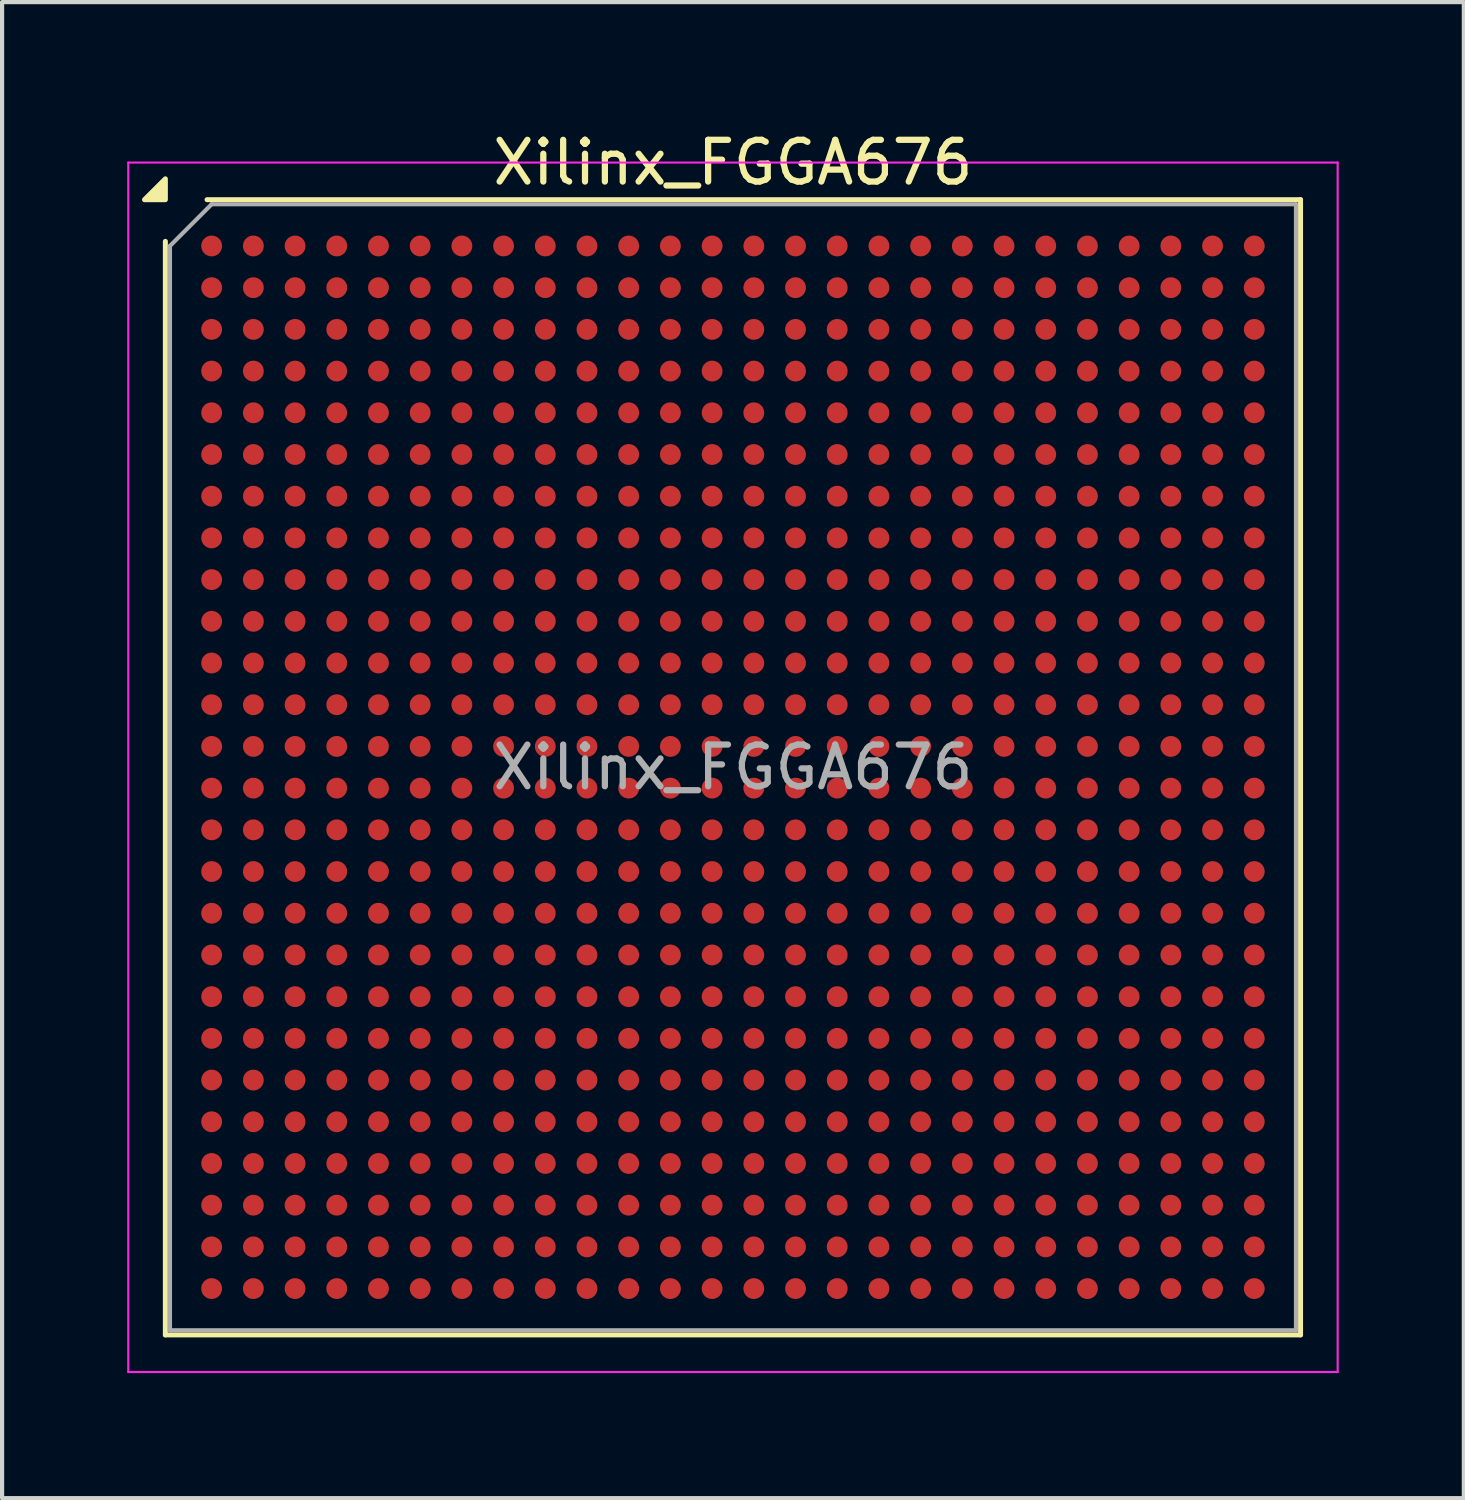
<source format=kicad_pcb>
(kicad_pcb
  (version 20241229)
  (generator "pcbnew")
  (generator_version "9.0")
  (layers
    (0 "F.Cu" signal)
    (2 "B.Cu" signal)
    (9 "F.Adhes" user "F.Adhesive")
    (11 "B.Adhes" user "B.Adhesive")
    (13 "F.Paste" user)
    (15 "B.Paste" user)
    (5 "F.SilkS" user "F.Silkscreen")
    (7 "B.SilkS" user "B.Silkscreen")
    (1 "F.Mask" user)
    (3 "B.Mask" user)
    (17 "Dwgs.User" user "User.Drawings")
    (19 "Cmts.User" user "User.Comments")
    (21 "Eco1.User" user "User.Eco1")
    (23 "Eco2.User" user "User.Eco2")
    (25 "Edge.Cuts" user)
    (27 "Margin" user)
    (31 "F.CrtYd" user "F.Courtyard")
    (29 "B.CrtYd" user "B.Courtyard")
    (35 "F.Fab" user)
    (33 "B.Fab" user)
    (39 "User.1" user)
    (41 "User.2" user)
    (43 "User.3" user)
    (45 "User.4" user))
  (footprint "Xilinx_FGGA676"
    (layer "F.Cu")
    (at 14.525 15.348)
    (property "Reference" "Xilinx_FGGA676" (at 0 -14.5 0) (layer "F.SilkS") (effects (font (size 1 1) (thickness 0.15))))
    (attr smd)
    (fp_line (start -13.61 13.61) (end -13.61 -12.61) (stroke (width 0.12) (type solid)) (layer "F.SilkS"))
    (fp_line (start -12.61 -13.61) (end 13.61 -13.61) (stroke (width 0.12) (type solid)) (layer "F.SilkS"))
    (fp_line (start 13.61 -13.61) (end 13.61 13.61) (stroke (width 0.12) (type solid)) (layer "F.SilkS"))
    (fp_line (start 13.61 13.61) (end -13.61 13.61) (stroke (width 0.12) (type solid)) (layer "F.SilkS"))
    (fp_poly (pts (xy -13.61 -13.61) (xy -14.11 -13.61) (xy -13.61 -14.11) (xy -13.61 -13.61)) (stroke (width 0.12) (type solid)) (fill yes) (layer "F.SilkS"))
    (fp_line (start -14.5 -14.5) (end -14.5 14.5) (stroke (width 0.05) (type solid)) (layer "F.CrtYd"))
    (fp_line (start -14.5 14.5) (end 14.5 14.5) (stroke (width 0.05) (type solid)) (layer "F.CrtYd"))
    (fp_line (start 14.5 -14.5) (end -14.5 -14.5) (stroke (width 0.05) (type solid)) (layer "F.CrtYd"))
    (fp_line (start 14.5 14.5) (end 14.5 -14.5) (stroke (width 0.05) (type solid)) (layer "F.CrtYd"))
    (fp_line (start -13.5 -12.5) (end -12.5 -13.5) (stroke (width 0.1) (type solid)) (layer "F.Fab"))
    (fp_line (start -13.5 13.5) (end -13.5 -12.5) (stroke (width 0.1) (type solid)) (layer "F.Fab"))
    (fp_line (start -12.5 -13.5) (end 13.5 -13.5) (stroke (width 0.1) (type solid)) (layer "F.Fab"))
    (fp_line (start 13.5 -13.5) (end 13.5 13.5) (stroke (width 0.1) (type solid)) (layer "F.Fab"))
    (fp_line (start 13.5 13.5) (end -13.5 13.5) (stroke (width 0.1) (type solid)) (layer "F.Fab"))
    (fp_text user "${REFERENCE}" (at 0 0 0) (layer "F.Fab") (effects (font (size 1 1) (thickness 0.15))))
    (pad "A1" smd circle (at -12.5 -12.5) (size 0.5 0.5) (property pad_prop_bga) (layers "F.Cu" "F.Mask" "F.Paste"))
    (pad "A2" smd circle (at -11.5 -12.5) (size 0.5 0.5) (property pad_prop_bga) (layers "F.Cu" "F.Mask" "F.Paste"))
    (pad "A3" smd circle (at -10.5 -12.5) (size 0.5 0.5) (property pad_prop_bga) (layers "F.Cu" "F.Mask" "F.Paste"))
    (pad "A4" smd circle (at -9.5 -12.5) (size 0.5 0.5) (property pad_prop_bga) (layers "F.Cu" "F.Mask" "F.Paste"))
    (pad "A5" smd circle (at -8.5 -12.5) (size 0.5 0.5) (property pad_prop_bga) (layers "F.Cu" "F.Mask" "F.Paste"))
    (pad "A6" smd circle (at -7.5 -12.5) (size 0.5 0.5) (property pad_prop_bga) (layers "F.Cu" "F.Mask" "F.Paste"))
    (pad "A7" smd circle (at -6.5 -12.5) (size 0.5 0.5) (property pad_prop_bga) (layers "F.Cu" "F.Mask" "F.Paste"))
    (pad "A8" smd circle (at -5.5 -12.5) (size 0.5 0.5) (property pad_prop_bga) (layers "F.Cu" "F.Mask" "F.Paste"))
    (pad "A9" smd circle (at -4.5 -12.5) (size 0.5 0.5) (property pad_prop_bga) (layers "F.Cu" "F.Mask" "F.Paste"))
    (pad "A10" smd circle (at -3.5 -12.5) (size 0.5 0.5) (property pad_prop_bga) (layers "F.Cu" "F.Mask" "F.Paste"))
    (pad "A11" smd circle (at -2.5 -12.5) (size 0.5 0.5) (property pad_prop_bga) (layers "F.Cu" "F.Mask" "F.Paste"))
    (pad "A12" smd circle (at -1.5 -12.5) (size 0.5 0.5) (property pad_prop_bga) (layers "F.Cu" "F.Mask" "F.Paste"))
    (pad "A13" smd circle (at -0.5 -12.5) (size 0.5 0.5) (property pad_prop_bga) (layers "F.Cu" "F.Mask" "F.Paste"))
    (pad "A14" smd circle (at 0.5 -12.5) (size 0.5 0.5) (property pad_prop_bga) (layers "F.Cu" "F.Mask" "F.Paste"))
    (pad "A15" smd circle (at 1.5 -12.5) (size 0.5 0.5) (property pad_prop_bga) (layers "F.Cu" "F.Mask" "F.Paste"))
    (pad "A16" smd circle (at 2.5 -12.5) (size 0.5 0.5) (property pad_prop_bga) (layers "F.Cu" "F.Mask" "F.Paste"))
    (pad "A17" smd circle (at 3.5 -12.5) (size 0.5 0.5) (property pad_prop_bga) (layers "F.Cu" "F.Mask" "F.Paste"))
    (pad "A18" smd circle (at 4.5 -12.5) (size 0.5 0.5) (property pad_prop_bga) (layers "F.Cu" "F.Mask" "F.Paste"))
    (pad "A19" smd circle (at 5.5 -12.5) (size 0.5 0.5) (property pad_prop_bga) (layers "F.Cu" "F.Mask" "F.Paste"))
    (pad "A20" smd circle (at 6.5 -12.5) (size 0.5 0.5) (property pad_prop_bga) (layers "F.Cu" "F.Mask" "F.Paste"))
    (pad "A21" smd circle (at 7.5 -12.5) (size 0.5 0.5) (property pad_prop_bga) (layers "F.Cu" "F.Mask" "F.Paste"))
    (pad "A22" smd circle (at 8.5 -12.5) (size 0.5 0.5) (property pad_prop_bga) (layers "F.Cu" "F.Mask" "F.Paste"))
    (pad "A23" smd circle (at 9.5 -12.5) (size 0.5 0.5) (property pad_prop_bga) (layers "F.Cu" "F.Mask" "F.Paste"))
    (pad "A24" smd circle (at 10.5 -12.5) (size 0.5 0.5) (property pad_prop_bga) (layers "F.Cu" "F.Mask" "F.Paste"))
    (pad "A25" smd circle (at 11.5 -12.5) (size 0.5 0.5) (property pad_prop_bga) (layers "F.Cu" "F.Mask" "F.Paste"))
    (pad "A26" smd circle (at 12.5 -12.5) (size 0.5 0.5) (property pad_prop_bga) (layers "F.Cu" "F.Mask" "F.Paste"))
    (pad "AA1" smd circle (at -12.5 7.5) (size 0.5 0.5) (property pad_prop_bga) (layers "F.Cu" "F.Mask" "F.Paste"))
    (pad "AA2" smd circle (at -11.5 7.5) (size 0.5 0.5) (property pad_prop_bga) (layers "F.Cu" "F.Mask" "F.Paste"))
    (pad "AA3" smd circle (at -10.5 7.5) (size 0.5 0.5) (property pad_prop_bga) (layers "F.Cu" "F.Mask" "F.Paste"))
    (pad "AA4" smd circle (at -9.5 7.5) (size 0.5 0.5) (property pad_prop_bga) (layers "F.Cu" "F.Mask" "F.Paste"))
    (pad "AA5" smd circle (at -8.5 7.5) (size 0.5 0.5) (property pad_prop_bga) (layers "F.Cu" "F.Mask" "F.Paste"))
    (pad "AA6" smd circle (at -7.5 7.5) (size 0.5 0.5) (property pad_prop_bga) (layers "F.Cu" "F.Mask" "F.Paste"))
    (pad "AA7" smd circle (at -6.5 7.5) (size 0.5 0.5) (property pad_prop_bga) (layers "F.Cu" "F.Mask" "F.Paste"))
    (pad "AA8" smd circle (at -5.5 7.5) (size 0.5 0.5) (property pad_prop_bga) (layers "F.Cu" "F.Mask" "F.Paste"))
    (pad "AA9" smd circle (at -4.5 7.5) (size 0.5 0.5) (property pad_prop_bga) (layers "F.Cu" "F.Mask" "F.Paste"))
    (pad "AA10" smd circle (at -3.5 7.5) (size 0.5 0.5) (property pad_prop_bga) (layers "F.Cu" "F.Mask" "F.Paste"))
    (pad "AA11" smd circle (at -2.5 7.5) (size 0.5 0.5) (property pad_prop_bga) (layers "F.Cu" "F.Mask" "F.Paste"))
    (pad "AA12" smd circle (at -1.5 7.5) (size 0.5 0.5) (property pad_prop_bga) (layers "F.Cu" "F.Mask" "F.Paste"))
    (pad "AA13" smd circle (at -0.5 7.5) (size 0.5 0.5) (property pad_prop_bga) (layers "F.Cu" "F.Mask" "F.Paste"))
    (pad "AA14" smd circle (at 0.5 7.5) (size 0.5 0.5) (property pad_prop_bga) (layers "F.Cu" "F.Mask" "F.Paste"))
    (pad "AA15" smd circle (at 1.5 7.5) (size 0.5 0.5) (property pad_prop_bga) (layers "F.Cu" "F.Mask" "F.Paste"))
    (pad "AA16" smd circle (at 2.5 7.5) (size 0.5 0.5) (property pad_prop_bga) (layers "F.Cu" "F.Mask" "F.Paste"))
    (pad "AA17" smd circle (at 3.5 7.5) (size 0.5 0.5) (property pad_prop_bga) (layers "F.Cu" "F.Mask" "F.Paste"))
    (pad "AA18" smd circle (at 4.5 7.5) (size 0.5 0.5) (property pad_prop_bga) (layers "F.Cu" "F.Mask" "F.Paste"))
    (pad "AA19" smd circle (at 5.5 7.5) (size 0.5 0.5) (property pad_prop_bga) (layers "F.Cu" "F.Mask" "F.Paste"))
    (pad "AA20" smd circle (at 6.5 7.5) (size 0.5 0.5) (property pad_prop_bga) (layers "F.Cu" "F.Mask" "F.Paste"))
    (pad "AA21" smd circle (at 7.5 7.5) (size 0.5 0.5) (property pad_prop_bga) (layers "F.Cu" "F.Mask" "F.Paste"))
    (pad "AA22" smd circle (at 8.5 7.5) (size 0.5 0.5) (property pad_prop_bga) (layers "F.Cu" "F.Mask" "F.Paste"))
    (pad "AA23" smd circle (at 9.5 7.5) (size 0.5 0.5) (property pad_prop_bga) (layers "F.Cu" "F.Mask" "F.Paste"))
    (pad "AA24" smd circle (at 10.5 7.5) (size 0.5 0.5) (property pad_prop_bga) (layers "F.Cu" "F.Mask" "F.Paste"))
    (pad "AA25" smd circle (at 11.5 7.5) (size 0.5 0.5) (property pad_prop_bga) (layers "F.Cu" "F.Mask" "F.Paste"))
    (pad "AA26" smd circle (at 12.5 7.5) (size 0.5 0.5) (property pad_prop_bga) (layers "F.Cu" "F.Mask" "F.Paste"))
    (pad "AB1" smd circle (at -12.5 8.5) (size 0.5 0.5) (property pad_prop_bga) (layers "F.Cu" "F.Mask" "F.Paste"))
    (pad "AB2" smd circle (at -11.5 8.5) (size 0.5 0.5) (property pad_prop_bga) (layers "F.Cu" "F.Mask" "F.Paste"))
    (pad "AB3" smd circle (at -10.5 8.5) (size 0.5 0.5) (property pad_prop_bga) (layers "F.Cu" "F.Mask" "F.Paste"))
    (pad "AB4" smd circle (at -9.5 8.5) (size 0.5 0.5) (property pad_prop_bga) (layers "F.Cu" "F.Mask" "F.Paste"))
    (pad "AB5" smd circle (at -8.5 8.5) (size 0.5 0.5) (property pad_prop_bga) (layers "F.Cu" "F.Mask" "F.Paste"))
    (pad "AB6" smd circle (at -7.5 8.5) (size 0.5 0.5) (property pad_prop_bga) (layers "F.Cu" "F.Mask" "F.Paste"))
    (pad "AB7" smd circle (at -6.5 8.5) (size 0.5 0.5) (property pad_prop_bga) (layers "F.Cu" "F.Mask" "F.Paste"))
    (pad "AB8" smd circle (at -5.5 8.5) (size 0.5 0.5) (property pad_prop_bga) (layers "F.Cu" "F.Mask" "F.Paste"))
    (pad "AB9" smd circle (at -4.5 8.5) (size 0.5 0.5) (property pad_prop_bga) (layers "F.Cu" "F.Mask" "F.Paste"))
    (pad "AB10" smd circle (at -3.5 8.5) (size 0.5 0.5) (property pad_prop_bga) (layers "F.Cu" "F.Mask" "F.Paste"))
    (pad "AB11" smd circle (at -2.5 8.5) (size 0.5 0.5) (property pad_prop_bga) (layers "F.Cu" "F.Mask" "F.Paste"))
    (pad "AB12" smd circle (at -1.5 8.5) (size 0.5 0.5) (property pad_prop_bga) (layers "F.Cu" "F.Mask" "F.Paste"))
    (pad "AB13" smd circle (at -0.5 8.5) (size 0.5 0.5) (property pad_prop_bga) (layers "F.Cu" "F.Mask" "F.Paste"))
    (pad "AB14" smd circle (at 0.5 8.5) (size 0.5 0.5) (property pad_prop_bga) (layers "F.Cu" "F.Mask" "F.Paste"))
    (pad "AB15" smd circle (at 1.5 8.5) (size 0.5 0.5) (property pad_prop_bga) (layers "F.Cu" "F.Mask" "F.Paste"))
    (pad "AB16" smd circle (at 2.5 8.5) (size 0.5 0.5) (property pad_prop_bga) (layers "F.Cu" "F.Mask" "F.Paste"))
    (pad "AB17" smd circle (at 3.5 8.5) (size 0.5 0.5) (property pad_prop_bga) (layers "F.Cu" "F.Mask" "F.Paste"))
    (pad "AB18" smd circle (at 4.5 8.5) (size 0.5 0.5) (property pad_prop_bga) (layers "F.Cu" "F.Mask" "F.Paste"))
    (pad "AB19" smd circle (at 5.5 8.5) (size 0.5 0.5) (property pad_prop_bga) (layers "F.Cu" "F.Mask" "F.Paste"))
    (pad "AB20" smd circle (at 6.5 8.5) (size 0.5 0.5) (property pad_prop_bga) (layers "F.Cu" "F.Mask" "F.Paste"))
    (pad "AB21" smd circle (at 7.5 8.5) (size 0.5 0.5) (property pad_prop_bga) (layers "F.Cu" "F.Mask" "F.Paste"))
    (pad "AB22" smd circle (at 8.5 8.5) (size 0.5 0.5) (property pad_prop_bga) (layers "F.Cu" "F.Mask" "F.Paste"))
    (pad "AB23" smd circle (at 9.5 8.5) (size 0.5 0.5) (property pad_prop_bga) (layers "F.Cu" "F.Mask" "F.Paste"))
    (pad "AB24" smd circle (at 10.5 8.5) (size 0.5 0.5) (property pad_prop_bga) (layers "F.Cu" "F.Mask" "F.Paste"))
    (pad "AB25" smd circle (at 11.5 8.5) (size 0.5 0.5) (property pad_prop_bga) (layers "F.Cu" "F.Mask" "F.Paste"))
    (pad "AB26" smd circle (at 12.5 8.5) (size 0.5 0.5) (property pad_prop_bga) (layers "F.Cu" "F.Mask" "F.Paste"))
    (pad "AC1" smd circle (at -12.5 9.5) (size 0.5 0.5) (property pad_prop_bga) (layers "F.Cu" "F.Mask" "F.Paste"))
    (pad "AC2" smd circle (at -11.5 9.5) (size 0.5 0.5) (property pad_prop_bga) (layers "F.Cu" "F.Mask" "F.Paste"))
    (pad "AC3" smd circle (at -10.5 9.5) (size 0.5 0.5) (property pad_prop_bga) (layers "F.Cu" "F.Mask" "F.Paste"))
    (pad "AC4" smd circle (at -9.5 9.5) (size 0.5 0.5) (property pad_prop_bga) (layers "F.Cu" "F.Mask" "F.Paste"))
    (pad "AC5" smd circle (at -8.5 9.5) (size 0.5 0.5) (property pad_prop_bga) (layers "F.Cu" "F.Mask" "F.Paste"))
    (pad "AC6" smd circle (at -7.5 9.5) (size 0.5 0.5) (property pad_prop_bga) (layers "F.Cu" "F.Mask" "F.Paste"))
    (pad "AC7" smd circle (at -6.5 9.5) (size 0.5 0.5) (property pad_prop_bga) (layers "F.Cu" "F.Mask" "F.Paste"))
    (pad "AC8" smd circle (at -5.5 9.5) (size 0.5 0.5) (property pad_prop_bga) (layers "F.Cu" "F.Mask" "F.Paste"))
    (pad "AC9" smd circle (at -4.5 9.5) (size 0.5 0.5) (property pad_prop_bga) (layers "F.Cu" "F.Mask" "F.Paste"))
    (pad "AC10" smd circle (at -3.5 9.5) (size 0.5 0.5) (property pad_prop_bga) (layers "F.Cu" "F.Mask" "F.Paste"))
    (pad "AC11" smd circle (at -2.5 9.5) (size 0.5 0.5) (property pad_prop_bga) (layers "F.Cu" "F.Mask" "F.Paste"))
    (pad "AC12" smd circle (at -1.5 9.5) (size 0.5 0.5) (property pad_prop_bga) (layers "F.Cu" "F.Mask" "F.Paste"))
    (pad "AC13" smd circle (at -0.5 9.5) (size 0.5 0.5) (property pad_prop_bga) (layers "F.Cu" "F.Mask" "F.Paste"))
    (pad "AC14" smd circle (at 0.5 9.5) (size 0.5 0.5) (property pad_prop_bga) (layers "F.Cu" "F.Mask" "F.Paste"))
    (pad "AC15" smd circle (at 1.5 9.5) (size 0.5 0.5) (property pad_prop_bga) (layers "F.Cu" "F.Mask" "F.Paste"))
    (pad "AC16" smd circle (at 2.5 9.5) (size 0.5 0.5) (property pad_prop_bga) (layers "F.Cu" "F.Mask" "F.Paste"))
    (pad "AC17" smd circle (at 3.5 9.5) (size 0.5 0.5) (property pad_prop_bga) (layers "F.Cu" "F.Mask" "F.Paste"))
    (pad "AC18" smd circle (at 4.5 9.5) (size 0.5 0.5) (property pad_prop_bga) (layers "F.Cu" "F.Mask" "F.Paste"))
    (pad "AC19" smd circle (at 5.5 9.5) (size 0.5 0.5) (property pad_prop_bga) (layers "F.Cu" "F.Mask" "F.Paste"))
    (pad "AC20" smd circle (at 6.5 9.5) (size 0.5 0.5) (property pad_prop_bga) (layers "F.Cu" "F.Mask" "F.Paste"))
    (pad "AC21" smd circle (at 7.5 9.5) (size 0.5 0.5) (property pad_prop_bga) (layers "F.Cu" "F.Mask" "F.Paste"))
    (pad "AC22" smd circle (at 8.5 9.5) (size 0.5 0.5) (property pad_prop_bga) (layers "F.Cu" "F.Mask" "F.Paste"))
    (pad "AC23" smd circle (at 9.5 9.5) (size 0.5 0.5) (property pad_prop_bga) (layers "F.Cu" "F.Mask" "F.Paste"))
    (pad "AC24" smd circle (at 10.5 9.5) (size 0.5 0.5) (property pad_prop_bga) (layers "F.Cu" "F.Mask" "F.Paste"))
    (pad "AC25" smd circle (at 11.5 9.5) (size 0.5 0.5) (property pad_prop_bga) (layers "F.Cu" "F.Mask" "F.Paste"))
    (pad "AC26" smd circle (at 12.5 9.5) (size 0.5 0.5) (property pad_prop_bga) (layers "F.Cu" "F.Mask" "F.Paste"))
    (pad "AD1" smd circle (at -12.5 10.5) (size 0.5 0.5) (property pad_prop_bga) (layers "F.Cu" "F.Mask" "F.Paste"))
    (pad "AD2" smd circle (at -11.5 10.5) (size 0.5 0.5) (property pad_prop_bga) (layers "F.Cu" "F.Mask" "F.Paste"))
    (pad "AD3" smd circle (at -10.5 10.5) (size 0.5 0.5) (property pad_prop_bga) (layers "F.Cu" "F.Mask" "F.Paste"))
    (pad "AD4" smd circle (at -9.5 10.5) (size 0.5 0.5) (property pad_prop_bga) (layers "F.Cu" "F.Mask" "F.Paste"))
    (pad "AD5" smd circle (at -8.5 10.5) (size 0.5 0.5) (property pad_prop_bga) (layers "F.Cu" "F.Mask" "F.Paste"))
    (pad "AD6" smd circle (at -7.5 10.5) (size 0.5 0.5) (property pad_prop_bga) (layers "F.Cu" "F.Mask" "F.Paste"))
    (pad "AD7" smd circle (at -6.5 10.5) (size 0.5 0.5) (property pad_prop_bga) (layers "F.Cu" "F.Mask" "F.Paste"))
    (pad "AD8" smd circle (at -5.5 10.5) (size 0.5 0.5) (property pad_prop_bga) (layers "F.Cu" "F.Mask" "F.Paste"))
    (pad "AD9" smd circle (at -4.5 10.5) (size 0.5 0.5) (property pad_prop_bga) (layers "F.Cu" "F.Mask" "F.Paste"))
    (pad "AD10" smd circle (at -3.5 10.5) (size 0.5 0.5) (property pad_prop_bga) (layers "F.Cu" "F.Mask" "F.Paste"))
    (pad "AD11" smd circle (at -2.5 10.5) (size 0.5 0.5) (property pad_prop_bga) (layers "F.Cu" "F.Mask" "F.Paste"))
    (pad "AD12" smd circle (at -1.5 10.5) (size 0.5 0.5) (property pad_prop_bga) (layers "F.Cu" "F.Mask" "F.Paste"))
    (pad "AD13" smd circle (at -0.5 10.5) (size 0.5 0.5) (property pad_prop_bga) (layers "F.Cu" "F.Mask" "F.Paste"))
    (pad "AD14" smd circle (at 0.5 10.5) (size 0.5 0.5) (property pad_prop_bga) (layers "F.Cu" "F.Mask" "F.Paste"))
    (pad "AD15" smd circle (at 1.5 10.5) (size 0.5 0.5) (property pad_prop_bga) (layers "F.Cu" "F.Mask" "F.Paste"))
    (pad "AD16" smd circle (at 2.5 10.5) (size 0.5 0.5) (property pad_prop_bga) (layers "F.Cu" "F.Mask" "F.Paste"))
    (pad "AD17" smd circle (at 3.5 10.5) (size 0.5 0.5) (property pad_prop_bga) (layers "F.Cu" "F.Mask" "F.Paste"))
    (pad "AD18" smd circle (at 4.5 10.5) (size 0.5 0.5) (property pad_prop_bga) (layers "F.Cu" "F.Mask" "F.Paste"))
    (pad "AD19" smd circle (at 5.5 10.5) (size 0.5 0.5) (property pad_prop_bga) (layers "F.Cu" "F.Mask" "F.Paste"))
    (pad "AD20" smd circle (at 6.5 10.5) (size 0.5 0.5) (property pad_prop_bga) (layers "F.Cu" "F.Mask" "F.Paste"))
    (pad "AD21" smd circle (at 7.5 10.5) (size 0.5 0.5) (property pad_prop_bga) (layers "F.Cu" "F.Mask" "F.Paste"))
    (pad "AD22" smd circle (at 8.5 10.5) (size 0.5 0.5) (property pad_prop_bga) (layers "F.Cu" "F.Mask" "F.Paste"))
    (pad "AD23" smd circle (at 9.5 10.5) (size 0.5 0.5) (property pad_prop_bga) (layers "F.Cu" "F.Mask" "F.Paste"))
    (pad "AD24" smd circle (at 10.5 10.5) (size 0.5 0.5) (property pad_prop_bga) (layers "F.Cu" "F.Mask" "F.Paste"))
    (pad "AD25" smd circle (at 11.5 10.5) (size 0.5 0.5) (property pad_prop_bga) (layers "F.Cu" "F.Mask" "F.Paste"))
    (pad "AD26" smd circle (at 12.5 10.5) (size 0.5 0.5) (property pad_prop_bga) (layers "F.Cu" "F.Mask" "F.Paste"))
    (pad "AE1" smd circle (at -12.5 11.5) (size 0.5 0.5) (property pad_prop_bga) (layers "F.Cu" "F.Mask" "F.Paste"))
    (pad "AE2" smd circle (at -11.5 11.5) (size 0.5 0.5) (property pad_prop_bga) (layers "F.Cu" "F.Mask" "F.Paste"))
    (pad "AE3" smd circle (at -10.5 11.5) (size 0.5 0.5) (property pad_prop_bga) (layers "F.Cu" "F.Mask" "F.Paste"))
    (pad "AE4" smd circle (at -9.5 11.5) (size 0.5 0.5) (property pad_prop_bga) (layers "F.Cu" "F.Mask" "F.Paste"))
    (pad "AE5" smd circle (at -8.5 11.5) (size 0.5 0.5) (property pad_prop_bga) (layers "F.Cu" "F.Mask" "F.Paste"))
    (pad "AE6" smd circle (at -7.5 11.5) (size 0.5 0.5) (property pad_prop_bga) (layers "F.Cu" "F.Mask" "F.Paste"))
    (pad "AE7" smd circle (at -6.5 11.5) (size 0.5 0.5) (property pad_prop_bga) (layers "F.Cu" "F.Mask" "F.Paste"))
    (pad "AE8" smd circle (at -5.5 11.5) (size 0.5 0.5) (property pad_prop_bga) (layers "F.Cu" "F.Mask" "F.Paste"))
    (pad "AE9" smd circle (at -4.5 11.5) (size 0.5 0.5) (property pad_prop_bga) (layers "F.Cu" "F.Mask" "F.Paste"))
    (pad "AE10" smd circle (at -3.5 11.5) (size 0.5 0.5) (property pad_prop_bga) (layers "F.Cu" "F.Mask" "F.Paste"))
    (pad "AE11" smd circle (at -2.5 11.5) (size 0.5 0.5) (property pad_prop_bga) (layers "F.Cu" "F.Mask" "F.Paste"))
    (pad "AE12" smd circle (at -1.5 11.5) (size 0.5 0.5) (property pad_prop_bga) (layers "F.Cu" "F.Mask" "F.Paste"))
    (pad "AE13" smd circle (at -0.5 11.5) (size 0.5 0.5) (property pad_prop_bga) (layers "F.Cu" "F.Mask" "F.Paste"))
    (pad "AE14" smd circle (at 0.5 11.5) (size 0.5 0.5) (property pad_prop_bga) (layers "F.Cu" "F.Mask" "F.Paste"))
    (pad "AE15" smd circle (at 1.5 11.5) (size 0.5 0.5) (property pad_prop_bga) (layers "F.Cu" "F.Mask" "F.Paste"))
    (pad "AE16" smd circle (at 2.5 11.5) (size 0.5 0.5) (property pad_prop_bga) (layers "F.Cu" "F.Mask" "F.Paste"))
    (pad "AE17" smd circle (at 3.5 11.5) (size 0.5 0.5) (property pad_prop_bga) (layers "F.Cu" "F.Mask" "F.Paste"))
    (pad "AE18" smd circle (at 4.5 11.5) (size 0.5 0.5) (property pad_prop_bga) (layers "F.Cu" "F.Mask" "F.Paste"))
    (pad "AE19" smd circle (at 5.5 11.5) (size 0.5 0.5) (property pad_prop_bga) (layers "F.Cu" "F.Mask" "F.Paste"))
    (pad "AE20" smd circle (at 6.5 11.5) (size 0.5 0.5) (property pad_prop_bga) (layers "F.Cu" "F.Mask" "F.Paste"))
    (pad "AE21" smd circle (at 7.5 11.5) (size 0.5 0.5) (property pad_prop_bga) (layers "F.Cu" "F.Mask" "F.Paste"))
    (pad "AE22" smd circle (at 8.5 11.5) (size 0.5 0.5) (property pad_prop_bga) (layers "F.Cu" "F.Mask" "F.Paste"))
    (pad "AE23" smd circle (at 9.5 11.5) (size 0.5 0.5) (property pad_prop_bga) (layers "F.Cu" "F.Mask" "F.Paste"))
    (pad "AE24" smd circle (at 10.5 11.5) (size 0.5 0.5) (property pad_prop_bga) (layers "F.Cu" "F.Mask" "F.Paste"))
    (pad "AE25" smd circle (at 11.5 11.5) (size 0.5 0.5) (property pad_prop_bga) (layers "F.Cu" "F.Mask" "F.Paste"))
    (pad "AE26" smd circle (at 12.5 11.5) (size 0.5 0.5) (property pad_prop_bga) (layers "F.Cu" "F.Mask" "F.Paste"))
    (pad "AF1" smd circle (at -12.5 12.5) (size 0.5 0.5) (property pad_prop_bga) (layers "F.Cu" "F.Mask" "F.Paste"))
    (pad "AF2" smd circle (at -11.5 12.5) (size 0.5 0.5) (property pad_prop_bga) (layers "F.Cu" "F.Mask" "F.Paste"))
    (pad "AF3" smd circle (at -10.5 12.5) (size 0.5 0.5) (property pad_prop_bga) (layers "F.Cu" "F.Mask" "F.Paste"))
    (pad "AF4" smd circle (at -9.5 12.5) (size 0.5 0.5) (property pad_prop_bga) (layers "F.Cu" "F.Mask" "F.Paste"))
    (pad "AF5" smd circle (at -8.5 12.5) (size 0.5 0.5) (property pad_prop_bga) (layers "F.Cu" "F.Mask" "F.Paste"))
    (pad "AF6" smd circle (at -7.5 12.5) (size 0.5 0.5) (property pad_prop_bga) (layers "F.Cu" "F.Mask" "F.Paste"))
    (pad "AF7" smd circle (at -6.5 12.5) (size 0.5 0.5) (property pad_prop_bga) (layers "F.Cu" "F.Mask" "F.Paste"))
    (pad "AF8" smd circle (at -5.5 12.5) (size 0.5 0.5) (property pad_prop_bga) (layers "F.Cu" "F.Mask" "F.Paste"))
    (pad "AF9" smd circle (at -4.5 12.5) (size 0.5 0.5) (property pad_prop_bga) (layers "F.Cu" "F.Mask" "F.Paste"))
    (pad "AF10" smd circle (at -3.5 12.5) (size 0.5 0.5) (property pad_prop_bga) (layers "F.Cu" "F.Mask" "F.Paste"))
    (pad "AF11" smd circle (at -2.5 12.5) (size 0.5 0.5) (property pad_prop_bga) (layers "F.Cu" "F.Mask" "F.Paste"))
    (pad "AF12" smd circle (at -1.5 12.5) (size 0.5 0.5) (property pad_prop_bga) (layers "F.Cu" "F.Mask" "F.Paste"))
    (pad "AF13" smd circle (at -0.5 12.5) (size 0.5 0.5) (property pad_prop_bga) (layers "F.Cu" "F.Mask" "F.Paste"))
    (pad "AF14" smd circle (at 0.5 12.5) (size 0.5 0.5) (property pad_prop_bga) (layers "F.Cu" "F.Mask" "F.Paste"))
    (pad "AF15" smd circle (at 1.5 12.5) (size 0.5 0.5) (property pad_prop_bga) (layers "F.Cu" "F.Mask" "F.Paste"))
    (pad "AF16" smd circle (at 2.5 12.5) (size 0.5 0.5) (property pad_prop_bga) (layers "F.Cu" "F.Mask" "F.Paste"))
    (pad "AF17" smd circle (at 3.5 12.5) (size 0.5 0.5) (property pad_prop_bga) (layers "F.Cu" "F.Mask" "F.Paste"))
    (pad "AF18" smd circle (at 4.5 12.5) (size 0.5 0.5) (property pad_prop_bga) (layers "F.Cu" "F.Mask" "F.Paste"))
    (pad "AF19" smd circle (at 5.5 12.5) (size 0.5 0.5) (property pad_prop_bga) (layers "F.Cu" "F.Mask" "F.Paste"))
    (pad "AF20" smd circle (at 6.5 12.5) (size 0.5 0.5) (property pad_prop_bga) (layers "F.Cu" "F.Mask" "F.Paste"))
    (pad "AF21" smd circle (at 7.5 12.5) (size 0.5 0.5) (property pad_prop_bga) (layers "F.Cu" "F.Mask" "F.Paste"))
    (pad "AF22" smd circle (at 8.5 12.5) (size 0.5 0.5) (property pad_prop_bga) (layers "F.Cu" "F.Mask" "F.Paste"))
    (pad "AF23" smd circle (at 9.5 12.5) (size 0.5 0.5) (property pad_prop_bga) (layers "F.Cu" "F.Mask" "F.Paste"))
    (pad "AF24" smd circle (at 10.5 12.5) (size 0.5 0.5) (property pad_prop_bga) (layers "F.Cu" "F.Mask" "F.Paste"))
    (pad "AF25" smd circle (at 11.5 12.5) (size 0.5 0.5) (property pad_prop_bga) (layers "F.Cu" "F.Mask" "F.Paste"))
    (pad "AF26" smd circle (at 12.5 12.5) (size 0.5 0.5) (property pad_prop_bga) (layers "F.Cu" "F.Mask" "F.Paste"))
    (pad "B1" smd circle (at -12.5 -11.5) (size 0.5 0.5) (property pad_prop_bga) (layers "F.Cu" "F.Mask" "F.Paste"))
    (pad "B2" smd circle (at -11.5 -11.5) (size 0.5 0.5) (property pad_prop_bga) (layers "F.Cu" "F.Mask" "F.Paste"))
    (pad "B3" smd circle (at -10.5 -11.5) (size 0.5 0.5) (property pad_prop_bga) (layers "F.Cu" "F.Mask" "F.Paste"))
    (pad "B4" smd circle (at -9.5 -11.5) (size 0.5 0.5) (property pad_prop_bga) (layers "F.Cu" "F.Mask" "F.Paste"))
    (pad "B5" smd circle (at -8.5 -11.5) (size 0.5 0.5) (property pad_prop_bga) (layers "F.Cu" "F.Mask" "F.Paste"))
    (pad "B6" smd circle (at -7.5 -11.5) (size 0.5 0.5) (property pad_prop_bga) (layers "F.Cu" "F.Mask" "F.Paste"))
    (pad "B7" smd circle (at -6.5 -11.5) (size 0.5 0.5) (property pad_prop_bga) (layers "F.Cu" "F.Mask" "F.Paste"))
    (pad "B8" smd circle (at -5.5 -11.5) (size 0.5 0.5) (property pad_prop_bga) (layers "F.Cu" "F.Mask" "F.Paste"))
    (pad "B9" smd circle (at -4.5 -11.5) (size 0.5 0.5) (property pad_prop_bga) (layers "F.Cu" "F.Mask" "F.Paste"))
    (pad "B10" smd circle (at -3.5 -11.5) (size 0.5 0.5) (property pad_prop_bga) (layers "F.Cu" "F.Mask" "F.Paste"))
    (pad "B11" smd circle (at -2.5 -11.5) (size 0.5 0.5) (property pad_prop_bga) (layers "F.Cu" "F.Mask" "F.Paste"))
    (pad "B12" smd circle (at -1.5 -11.5) (size 0.5 0.5) (property pad_prop_bga) (layers "F.Cu" "F.Mask" "F.Paste"))
    (pad "B13" smd circle (at -0.5 -11.5) (size 0.5 0.5) (property pad_prop_bga) (layers "F.Cu" "F.Mask" "F.Paste"))
    (pad "B14" smd circle (at 0.5 -11.5) (size 0.5 0.5) (property pad_prop_bga) (layers "F.Cu" "F.Mask" "F.Paste"))
    (pad "B15" smd circle (at 1.5 -11.5) (size 0.5 0.5) (property pad_prop_bga) (layers "F.Cu" "F.Mask" "F.Paste"))
    (pad "B16" smd circle (at 2.5 -11.5) (size 0.5 0.5) (property pad_prop_bga) (layers "F.Cu" "F.Mask" "F.Paste"))
    (pad "B17" smd circle (at 3.5 -11.5) (size 0.5 0.5) (property pad_prop_bga) (layers "F.Cu" "F.Mask" "F.Paste"))
    (pad "B18" smd circle (at 4.5 -11.5) (size 0.5 0.5) (property pad_prop_bga) (layers "F.Cu" "F.Mask" "F.Paste"))
    (pad "B19" smd circle (at 5.5 -11.5) (size 0.5 0.5) (property pad_prop_bga) (layers "F.Cu" "F.Mask" "F.Paste"))
    (pad "B20" smd circle (at 6.5 -11.5) (size 0.5 0.5) (property pad_prop_bga) (layers "F.Cu" "F.Mask" "F.Paste"))
    (pad "B21" smd circle (at 7.5 -11.5) (size 0.5 0.5) (property pad_prop_bga) (layers "F.Cu" "F.Mask" "F.Paste"))
    (pad "B22" smd circle (at 8.5 -11.5) (size 0.5 0.5) (property pad_prop_bga) (layers "F.Cu" "F.Mask" "F.Paste"))
    (pad "B23" smd circle (at 9.5 -11.5) (size 0.5 0.5) (property pad_prop_bga) (layers "F.Cu" "F.Mask" "F.Paste"))
    (pad "B24" smd circle (at 10.5 -11.5) (size 0.5 0.5) (property pad_prop_bga) (layers "F.Cu" "F.Mask" "F.Paste"))
    (pad "B25" smd circle (at 11.5 -11.5) (size 0.5 0.5) (property pad_prop_bga) (layers "F.Cu" "F.Mask" "F.Paste"))
    (pad "B26" smd circle (at 12.5 -11.5) (size 0.5 0.5) (property pad_prop_bga) (layers "F.Cu" "F.Mask" "F.Paste"))
    (pad "C1" smd circle (at -12.5 -10.5) (size 0.5 0.5) (property pad_prop_bga) (layers "F.Cu" "F.Mask" "F.Paste"))
    (pad "C2" smd circle (at -11.5 -10.5) (size 0.5 0.5) (property pad_prop_bga) (layers "F.Cu" "F.Mask" "F.Paste"))
    (pad "C3" smd circle (at -10.5 -10.5) (size 0.5 0.5) (property pad_prop_bga) (layers "F.Cu" "F.Mask" "F.Paste"))
    (pad "C4" smd circle (at -9.5 -10.5) (size 0.5 0.5) (property pad_prop_bga) (layers "F.Cu" "F.Mask" "F.Paste"))
    (pad "C5" smd circle (at -8.5 -10.5) (size 0.5 0.5) (property pad_prop_bga) (layers "F.Cu" "F.Mask" "F.Paste"))
    (pad "C6" smd circle (at -7.5 -10.5) (size 0.5 0.5) (property pad_prop_bga) (layers "F.Cu" "F.Mask" "F.Paste"))
    (pad "C7" smd circle (at -6.5 -10.5) (size 0.5 0.5) (property pad_prop_bga) (layers "F.Cu" "F.Mask" "F.Paste"))
    (pad "C8" smd circle (at -5.5 -10.5) (size 0.5 0.5) (property pad_prop_bga) (layers "F.Cu" "F.Mask" "F.Paste"))
    (pad "C9" smd circle (at -4.5 -10.5) (size 0.5 0.5) (property pad_prop_bga) (layers "F.Cu" "F.Mask" "F.Paste"))
    (pad "C10" smd circle (at -3.5 -10.5) (size 0.5 0.5) (property pad_prop_bga) (layers "F.Cu" "F.Mask" "F.Paste"))
    (pad "C11" smd circle (at -2.5 -10.5) (size 0.5 0.5) (property pad_prop_bga) (layers "F.Cu" "F.Mask" "F.Paste"))
    (pad "C12" smd circle (at -1.5 -10.5) (size 0.5 0.5) (property pad_prop_bga) (layers "F.Cu" "F.Mask" "F.Paste"))
    (pad "C13" smd circle (at -0.5 -10.5) (size 0.5 0.5) (property pad_prop_bga) (layers "F.Cu" "F.Mask" "F.Paste"))
    (pad "C14" smd circle (at 0.5 -10.5) (size 0.5 0.5) (property pad_prop_bga) (layers "F.Cu" "F.Mask" "F.Paste"))
    (pad "C15" smd circle (at 1.5 -10.5) (size 0.5 0.5) (property pad_prop_bga) (layers "F.Cu" "F.Mask" "F.Paste"))
    (pad "C16" smd circle (at 2.5 -10.5) (size 0.5 0.5) (property pad_prop_bga) (layers "F.Cu" "F.Mask" "F.Paste"))
    (pad "C17" smd circle (at 3.5 -10.5) (size 0.5 0.5) (property pad_prop_bga) (layers "F.Cu" "F.Mask" "F.Paste"))
    (pad "C18" smd circle (at 4.5 -10.5) (size 0.5 0.5) (property pad_prop_bga) (layers "F.Cu" "F.Mask" "F.Paste"))
    (pad "C19" smd circle (at 5.5 -10.5) (size 0.5 0.5) (property pad_prop_bga) (layers "F.Cu" "F.Mask" "F.Paste"))
    (pad "C20" smd circle (at 6.5 -10.5) (size 0.5 0.5) (property pad_prop_bga) (layers "F.Cu" "F.Mask" "F.Paste"))
    (pad "C21" smd circle (at 7.5 -10.5) (size 0.5 0.5) (property pad_prop_bga) (layers "F.Cu" "F.Mask" "F.Paste"))
    (pad "C22" smd circle (at 8.5 -10.5) (size 0.5 0.5) (property pad_prop_bga) (layers "F.Cu" "F.Mask" "F.Paste"))
    (pad "C23" smd circle (at 9.5 -10.5) (size 0.5 0.5) (property pad_prop_bga) (layers "F.Cu" "F.Mask" "F.Paste"))
    (pad "C24" smd circle (at 10.5 -10.5) (size 0.5 0.5) (property pad_prop_bga) (layers "F.Cu" "F.Mask" "F.Paste"))
    (pad "C25" smd circle (at 11.5 -10.5) (size 0.5 0.5) (property pad_prop_bga) (layers "F.Cu" "F.Mask" "F.Paste"))
    (pad "C26" smd circle (at 12.5 -10.5) (size 0.5 0.5) (property pad_prop_bga) (layers "F.Cu" "F.Mask" "F.Paste"))
    (pad "D1" smd circle (at -12.5 -9.5) (size 0.5 0.5) (property pad_prop_bga) (layers "F.Cu" "F.Mask" "F.Paste"))
    (pad "D2" smd circle (at -11.5 -9.5) (size 0.5 0.5) (property pad_prop_bga) (layers "F.Cu" "F.Mask" "F.Paste"))
    (pad "D3" smd circle (at -10.5 -9.5) (size 0.5 0.5) (property pad_prop_bga) (layers "F.Cu" "F.Mask" "F.Paste"))
    (pad "D4" smd circle (at -9.5 -9.5) (size 0.5 0.5) (property pad_prop_bga) (layers "F.Cu" "F.Mask" "F.Paste"))
    (pad "D5" smd circle (at -8.5 -9.5) (size 0.5 0.5) (property pad_prop_bga) (layers "F.Cu" "F.Mask" "F.Paste"))
    (pad "D6" smd circle (at -7.5 -9.5) (size 0.5 0.5) (property pad_prop_bga) (layers "F.Cu" "F.Mask" "F.Paste"))
    (pad "D7" smd circle (at -6.5 -9.5) (size 0.5 0.5) (property pad_prop_bga) (layers "F.Cu" "F.Mask" "F.Paste"))
    (pad "D8" smd circle (at -5.5 -9.5) (size 0.5 0.5) (property pad_prop_bga) (layers "F.Cu" "F.Mask" "F.Paste"))
    (pad "D9" smd circle (at -4.5 -9.5) (size 0.5 0.5) (property pad_prop_bga) (layers "F.Cu" "F.Mask" "F.Paste"))
    (pad "D10" smd circle (at -3.5 -9.5) (size 0.5 0.5) (property pad_prop_bga) (layers "F.Cu" "F.Mask" "F.Paste"))
    (pad "D11" smd circle (at -2.5 -9.5) (size 0.5 0.5) (property pad_prop_bga) (layers "F.Cu" "F.Mask" "F.Paste"))
    (pad "D12" smd circle (at -1.5 -9.5) (size 0.5 0.5) (property pad_prop_bga) (layers "F.Cu" "F.Mask" "F.Paste"))
    (pad "D13" smd circle (at -0.5 -9.5) (size 0.5 0.5) (property pad_prop_bga) (layers "F.Cu" "F.Mask" "F.Paste"))
    (pad "D14" smd circle (at 0.5 -9.5) (size 0.5 0.5) (property pad_prop_bga) (layers "F.Cu" "F.Mask" "F.Paste"))
    (pad "D15" smd circle (at 1.5 -9.5) (size 0.5 0.5) (property pad_prop_bga) (layers "F.Cu" "F.Mask" "F.Paste"))
    (pad "D16" smd circle (at 2.5 -9.5) (size 0.5 0.5) (property pad_prop_bga) (layers "F.Cu" "F.Mask" "F.Paste"))
    (pad "D17" smd circle (at 3.5 -9.5) (size 0.5 0.5) (property pad_prop_bga) (layers "F.Cu" "F.Mask" "F.Paste"))
    (pad "D18" smd circle (at 4.5 -9.5) (size 0.5 0.5) (property pad_prop_bga) (layers "F.Cu" "F.Mask" "F.Paste"))
    (pad "D19" smd circle (at 5.5 -9.5) (size 0.5 0.5) (property pad_prop_bga) (layers "F.Cu" "F.Mask" "F.Paste"))
    (pad "D20" smd circle (at 6.5 -9.5) (size 0.5 0.5) (property pad_prop_bga) (layers "F.Cu" "F.Mask" "F.Paste"))
    (pad "D21" smd circle (at 7.5 -9.5) (size 0.5 0.5) (property pad_prop_bga) (layers "F.Cu" "F.Mask" "F.Paste"))
    (pad "D22" smd circle (at 8.5 -9.5) (size 0.5 0.5) (property pad_prop_bga) (layers "F.Cu" "F.Mask" "F.Paste"))
    (pad "D23" smd circle (at 9.5 -9.5) (size 0.5 0.5) (property pad_prop_bga) (layers "F.Cu" "F.Mask" "F.Paste"))
    (pad "D24" smd circle (at 10.5 -9.5) (size 0.5 0.5) (property pad_prop_bga) (layers "F.Cu" "F.Mask" "F.Paste"))
    (pad "D25" smd circle (at 11.5 -9.5) (size 0.5 0.5) (property pad_prop_bga) (layers "F.Cu" "F.Mask" "F.Paste"))
    (pad "D26" smd circle (at 12.5 -9.5) (size 0.5 0.5) (property pad_prop_bga) (layers "F.Cu" "F.Mask" "F.Paste"))
    (pad "E1" smd circle (at -12.5 -8.5) (size 0.5 0.5) (property pad_prop_bga) (layers "F.Cu" "F.Mask" "F.Paste"))
    (pad "E2" smd circle (at -11.5 -8.5) (size 0.5 0.5) (property pad_prop_bga) (layers "F.Cu" "F.Mask" "F.Paste"))
    (pad "E3" smd circle (at -10.5 -8.5) (size 0.5 0.5) (property pad_prop_bga) (layers "F.Cu" "F.Mask" "F.Paste"))
    (pad "E4" smd circle (at -9.5 -8.5) (size 0.5 0.5) (property pad_prop_bga) (layers "F.Cu" "F.Mask" "F.Paste"))
    (pad "E5" smd circle (at -8.5 -8.5) (size 0.5 0.5) (property pad_prop_bga) (layers "F.Cu" "F.Mask" "F.Paste"))
    (pad "E6" smd circle (at -7.5 -8.5) (size 0.5 0.5) (property pad_prop_bga) (layers "F.Cu" "F.Mask" "F.Paste"))
    (pad "E7" smd circle (at -6.5 -8.5) (size 0.5 0.5) (property pad_prop_bga) (layers "F.Cu" "F.Mask" "F.Paste"))
    (pad "E8" smd circle (at -5.5 -8.5) (size 0.5 0.5) (property pad_prop_bga) (layers "F.Cu" "F.Mask" "F.Paste"))
    (pad "E9" smd circle (at -4.5 -8.5) (size 0.5 0.5) (property pad_prop_bga) (layers "F.Cu" "F.Mask" "F.Paste"))
    (pad "E10" smd circle (at -3.5 -8.5) (size 0.5 0.5) (property pad_prop_bga) (layers "F.Cu" "F.Mask" "F.Paste"))
    (pad "E11" smd circle (at -2.5 -8.5) (size 0.5 0.5) (property pad_prop_bga) (layers "F.Cu" "F.Mask" "F.Paste"))
    (pad "E12" smd circle (at -1.5 -8.5) (size 0.5 0.5) (property pad_prop_bga) (layers "F.Cu" "F.Mask" "F.Paste"))
    (pad "E13" smd circle (at -0.5 -8.5) (size 0.5 0.5) (property pad_prop_bga) (layers "F.Cu" "F.Mask" "F.Paste"))
    (pad "E14" smd circle (at 0.5 -8.5) (size 0.5 0.5) (property pad_prop_bga) (layers "F.Cu" "F.Mask" "F.Paste"))
    (pad "E15" smd circle (at 1.5 -8.5) (size 0.5 0.5) (property pad_prop_bga) (layers "F.Cu" "F.Mask" "F.Paste"))
    (pad "E16" smd circle (at 2.5 -8.5) (size 0.5 0.5) (property pad_prop_bga) (layers "F.Cu" "F.Mask" "F.Paste"))
    (pad "E17" smd circle (at 3.5 -8.5) (size 0.5 0.5) (property pad_prop_bga) (layers "F.Cu" "F.Mask" "F.Paste"))
    (pad "E18" smd circle (at 4.5 -8.5) (size 0.5 0.5) (property pad_prop_bga) (layers "F.Cu" "F.Mask" "F.Paste"))
    (pad "E19" smd circle (at 5.5 -8.5) (size 0.5 0.5) (property pad_prop_bga) (layers "F.Cu" "F.Mask" "F.Paste"))
    (pad "E20" smd circle (at 6.5 -8.5) (size 0.5 0.5) (property pad_prop_bga) (layers "F.Cu" "F.Mask" "F.Paste"))
    (pad "E21" smd circle (at 7.5 -8.5) (size 0.5 0.5) (property pad_prop_bga) (layers "F.Cu" "F.Mask" "F.Paste"))
    (pad "E22" smd circle (at 8.5 -8.5) (size 0.5 0.5) (property pad_prop_bga) (layers "F.Cu" "F.Mask" "F.Paste"))
    (pad "E23" smd circle (at 9.5 -8.5) (size 0.5 0.5) (property pad_prop_bga) (layers "F.Cu" "F.Mask" "F.Paste"))
    (pad "E24" smd circle (at 10.5 -8.5) (size 0.5 0.5) (property pad_prop_bga) (layers "F.Cu" "F.Mask" "F.Paste"))
    (pad "E25" smd circle (at 11.5 -8.5) (size 0.5 0.5) (property pad_prop_bga) (layers "F.Cu" "F.Mask" "F.Paste"))
    (pad "E26" smd circle (at 12.5 -8.5) (size 0.5 0.5) (property pad_prop_bga) (layers "F.Cu" "F.Mask" "F.Paste"))
    (pad "F1" smd circle (at -12.5 -7.5) (size 0.5 0.5) (property pad_prop_bga) (layers "F.Cu" "F.Mask" "F.Paste"))
    (pad "F2" smd circle (at -11.5 -7.5) (size 0.5 0.5) (property pad_prop_bga) (layers "F.Cu" "F.Mask" "F.Paste"))
    (pad "F3" smd circle (at -10.5 -7.5) (size 0.5 0.5) (property pad_prop_bga) (layers "F.Cu" "F.Mask" "F.Paste"))
    (pad "F4" smd circle (at -9.5 -7.5) (size 0.5 0.5) (property pad_prop_bga) (layers "F.Cu" "F.Mask" "F.Paste"))
    (pad "F5" smd circle (at -8.5 -7.5) (size 0.5 0.5) (property pad_prop_bga) (layers "F.Cu" "F.Mask" "F.Paste"))
    (pad "F6" smd circle (at -7.5 -7.5) (size 0.5 0.5) (property pad_prop_bga) (layers "F.Cu" "F.Mask" "F.Paste"))
    (pad "F7" smd circle (at -6.5 -7.5) (size 0.5 0.5) (property pad_prop_bga) (layers "F.Cu" "F.Mask" "F.Paste"))
    (pad "F8" smd circle (at -5.5 -7.5) (size 0.5 0.5) (property pad_prop_bga) (layers "F.Cu" "F.Mask" "F.Paste"))
    (pad "F9" smd circle (at -4.5 -7.5) (size 0.5 0.5) (property pad_prop_bga) (layers "F.Cu" "F.Mask" "F.Paste"))
    (pad "F10" smd circle (at -3.5 -7.5) (size 0.5 0.5) (property pad_prop_bga) (layers "F.Cu" "F.Mask" "F.Paste"))
    (pad "F11" smd circle (at -2.5 -7.5) (size 0.5 0.5) (property pad_prop_bga) (layers "F.Cu" "F.Mask" "F.Paste"))
    (pad "F12" smd circle (at -1.5 -7.5) (size 0.5 0.5) (property pad_prop_bga) (layers "F.Cu" "F.Mask" "F.Paste"))
    (pad "F13" smd circle (at -0.5 -7.5) (size 0.5 0.5) (property pad_prop_bga) (layers "F.Cu" "F.Mask" "F.Paste"))
    (pad "F14" smd circle (at 0.5 -7.5) (size 0.5 0.5) (property pad_prop_bga) (layers "F.Cu" "F.Mask" "F.Paste"))
    (pad "F15" smd circle (at 1.5 -7.5) (size 0.5 0.5) (property pad_prop_bga) (layers "F.Cu" "F.Mask" "F.Paste"))
    (pad "F16" smd circle (at 2.5 -7.5) (size 0.5 0.5) (property pad_prop_bga) (layers "F.Cu" "F.Mask" "F.Paste"))
    (pad "F17" smd circle (at 3.5 -7.5) (size 0.5 0.5) (property pad_prop_bga) (layers "F.Cu" "F.Mask" "F.Paste"))
    (pad "F18" smd circle (at 4.5 -7.5) (size 0.5 0.5) (property pad_prop_bga) (layers "F.Cu" "F.Mask" "F.Paste"))
    (pad "F19" smd circle (at 5.5 -7.5) (size 0.5 0.5) (property pad_prop_bga) (layers "F.Cu" "F.Mask" "F.Paste"))
    (pad "F20" smd circle (at 6.5 -7.5) (size 0.5 0.5) (property pad_prop_bga) (layers "F.Cu" "F.Mask" "F.Paste"))
    (pad "F21" smd circle (at 7.5 -7.5) (size 0.5 0.5) (property pad_prop_bga) (layers "F.Cu" "F.Mask" "F.Paste"))
    (pad "F22" smd circle (at 8.5 -7.5) (size 0.5 0.5) (property pad_prop_bga) (layers "F.Cu" "F.Mask" "F.Paste"))
    (pad "F23" smd circle (at 9.5 -7.5) (size 0.5 0.5) (property pad_prop_bga) (layers "F.Cu" "F.Mask" "F.Paste"))
    (pad "F24" smd circle (at 10.5 -7.5) (size 0.5 0.5) (property pad_prop_bga) (layers "F.Cu" "F.Mask" "F.Paste"))
    (pad "F25" smd circle (at 11.5 -7.5) (size 0.5 0.5) (property pad_prop_bga) (layers "F.Cu" "F.Mask" "F.Paste"))
    (pad "F26" smd circle (at 12.5 -7.5) (size 0.5 0.5) (property pad_prop_bga) (layers "F.Cu" "F.Mask" "F.Paste"))
    (pad "G1" smd circle (at -12.5 -6.5) (size 0.5 0.5) (property pad_prop_bga) (layers "F.Cu" "F.Mask" "F.Paste"))
    (pad "G2" smd circle (at -11.5 -6.5) (size 0.5 0.5) (property pad_prop_bga) (layers "F.Cu" "F.Mask" "F.Paste"))
    (pad "G3" smd circle (at -10.5 -6.5) (size 0.5 0.5) (property pad_prop_bga) (layers "F.Cu" "F.Mask" "F.Paste"))
    (pad "G4" smd circle (at -9.5 -6.5) (size 0.5 0.5) (property pad_prop_bga) (layers "F.Cu" "F.Mask" "F.Paste"))
    (pad "G5" smd circle (at -8.5 -6.5) (size 0.5 0.5) (property pad_prop_bga) (layers "F.Cu" "F.Mask" "F.Paste"))
    (pad "G6" smd circle (at -7.5 -6.5) (size 0.5 0.5) (property pad_prop_bga) (layers "F.Cu" "F.Mask" "F.Paste"))
    (pad "G7" smd circle (at -6.5 -6.5) (size 0.5 0.5) (property pad_prop_bga) (layers "F.Cu" "F.Mask" "F.Paste"))
    (pad "G8" smd circle (at -5.5 -6.5) (size 0.5 0.5) (property pad_prop_bga) (layers "F.Cu" "F.Mask" "F.Paste"))
    (pad "G9" smd circle (at -4.5 -6.5) (size 0.5 0.5) (property pad_prop_bga) (layers "F.Cu" "F.Mask" "F.Paste"))
    (pad "G10" smd circle (at -3.5 -6.5) (size 0.5 0.5) (property pad_prop_bga) (layers "F.Cu" "F.Mask" "F.Paste"))
    (pad "G11" smd circle (at -2.5 -6.5) (size 0.5 0.5) (property pad_prop_bga) (layers "F.Cu" "F.Mask" "F.Paste"))
    (pad "G12" smd circle (at -1.5 -6.5) (size 0.5 0.5) (property pad_prop_bga) (layers "F.Cu" "F.Mask" "F.Paste"))
    (pad "G13" smd circle (at -0.5 -6.5) (size 0.5 0.5) (property pad_prop_bga) (layers "F.Cu" "F.Mask" "F.Paste"))
    (pad "G14" smd circle (at 0.5 -6.5) (size 0.5 0.5) (property pad_prop_bga) (layers "F.Cu" "F.Mask" "F.Paste"))
    (pad "G15" smd circle (at 1.5 -6.5) (size 0.5 0.5) (property pad_prop_bga) (layers "F.Cu" "F.Mask" "F.Paste"))
    (pad "G16" smd circle (at 2.5 -6.5) (size 0.5 0.5) (property pad_prop_bga) (layers "F.Cu" "F.Mask" "F.Paste"))
    (pad "G17" smd circle (at 3.5 -6.5) (size 0.5 0.5) (property pad_prop_bga) (layers "F.Cu" "F.Mask" "F.Paste"))
    (pad "G18" smd circle (at 4.5 -6.5) (size 0.5 0.5) (property pad_prop_bga) (layers "F.Cu" "F.Mask" "F.Paste"))
    (pad "G19" smd circle (at 5.5 -6.5) (size 0.5 0.5) (property pad_prop_bga) (layers "F.Cu" "F.Mask" "F.Paste"))
    (pad "G20" smd circle (at 6.5 -6.5) (size 0.5 0.5) (property pad_prop_bga) (layers "F.Cu" "F.Mask" "F.Paste"))
    (pad "G21" smd circle (at 7.5 -6.5) (size 0.5 0.5) (property pad_prop_bga) (layers "F.Cu" "F.Mask" "F.Paste"))
    (pad "G22" smd circle (at 8.5 -6.5) (size 0.5 0.5) (property pad_prop_bga) (layers "F.Cu" "F.Mask" "F.Paste"))
    (pad "G23" smd circle (at 9.5 -6.5) (size 0.5 0.5) (property pad_prop_bga) (layers "F.Cu" "F.Mask" "F.Paste"))
    (pad "G24" smd circle (at 10.5 -6.5) (size 0.5 0.5) (property pad_prop_bga) (layers "F.Cu" "F.Mask" "F.Paste"))
    (pad "G25" smd circle (at 11.5 -6.5) (size 0.5 0.5) (property pad_prop_bga) (layers "F.Cu" "F.Mask" "F.Paste"))
    (pad "G26" smd circle (at 12.5 -6.5) (size 0.5 0.5) (property pad_prop_bga) (layers "F.Cu" "F.Mask" "F.Paste"))
    (pad "H1" smd circle (at -12.5 -5.5) (size 0.5 0.5) (property pad_prop_bga) (layers "F.Cu" "F.Mask" "F.Paste"))
    (pad "H2" smd circle (at -11.5 -5.5) (size 0.5 0.5) (property pad_prop_bga) (layers "F.Cu" "F.Mask" "F.Paste"))
    (pad "H3" smd circle (at -10.5 -5.5) (size 0.5 0.5) (property pad_prop_bga) (layers "F.Cu" "F.Mask" "F.Paste"))
    (pad "H4" smd circle (at -9.5 -5.5) (size 0.5 0.5) (property pad_prop_bga) (layers "F.Cu" "F.Mask" "F.Paste"))
    (pad "H5" smd circle (at -8.5 -5.5) (size 0.5 0.5) (property pad_prop_bga) (layers "F.Cu" "F.Mask" "F.Paste"))
    (pad "H6" smd circle (at -7.5 -5.5) (size 0.5 0.5) (property pad_prop_bga) (layers "F.Cu" "F.Mask" "F.Paste"))
    (pad "H7" smd circle (at -6.5 -5.5) (size 0.5 0.5) (property pad_prop_bga) (layers "F.Cu" "F.Mask" "F.Paste"))
    (pad "H8" smd circle (at -5.5 -5.5) (size 0.5 0.5) (property pad_prop_bga) (layers "F.Cu" "F.Mask" "F.Paste"))
    (pad "H9" smd circle (at -4.5 -5.5) (size 0.5 0.5) (property pad_prop_bga) (layers "F.Cu" "F.Mask" "F.Paste"))
    (pad "H10" smd circle (at -3.5 -5.5) (size 0.5 0.5) (property pad_prop_bga) (layers "F.Cu" "F.Mask" "F.Paste"))
    (pad "H11" smd circle (at -2.5 -5.5) (size 0.5 0.5) (property pad_prop_bga) (layers "F.Cu" "F.Mask" "F.Paste"))
    (pad "H12" smd circle (at -1.5 -5.5) (size 0.5 0.5) (property pad_prop_bga) (layers "F.Cu" "F.Mask" "F.Paste"))
    (pad "H13" smd circle (at -0.5 -5.5) (size 0.5 0.5) (property pad_prop_bga) (layers "F.Cu" "F.Mask" "F.Paste"))
    (pad "H14" smd circle (at 0.5 -5.5) (size 0.5 0.5) (property pad_prop_bga) (layers "F.Cu" "F.Mask" "F.Paste"))
    (pad "H15" smd circle (at 1.5 -5.5) (size 0.5 0.5) (property pad_prop_bga) (layers "F.Cu" "F.Mask" "F.Paste"))
    (pad "H16" smd circle (at 2.5 -5.5) (size 0.5 0.5) (property pad_prop_bga) (layers "F.Cu" "F.Mask" "F.Paste"))
    (pad "H17" smd circle (at 3.5 -5.5) (size 0.5 0.5) (property pad_prop_bga) (layers "F.Cu" "F.Mask" "F.Paste"))
    (pad "H18" smd circle (at 4.5 -5.5) (size 0.5 0.5) (property pad_prop_bga) (layers "F.Cu" "F.Mask" "F.Paste"))
    (pad "H19" smd circle (at 5.5 -5.5) (size 0.5 0.5) (property pad_prop_bga) (layers "F.Cu" "F.Mask" "F.Paste"))
    (pad "H20" smd circle (at 6.5 -5.5) (size 0.5 0.5) (property pad_prop_bga) (layers "F.Cu" "F.Mask" "F.Paste"))
    (pad "H21" smd circle (at 7.5 -5.5) (size 0.5 0.5) (property pad_prop_bga) (layers "F.Cu" "F.Mask" "F.Paste"))
    (pad "H22" smd circle (at 8.5 -5.5) (size 0.5 0.5) (property pad_prop_bga) (layers "F.Cu" "F.Mask" "F.Paste"))
    (pad "H23" smd circle (at 9.5 -5.5) (size 0.5 0.5) (property pad_prop_bga) (layers "F.Cu" "F.Mask" "F.Paste"))
    (pad "H24" smd circle (at 10.5 -5.5) (size 0.5 0.5) (property pad_prop_bga) (layers "F.Cu" "F.Mask" "F.Paste"))
    (pad "H25" smd circle (at 11.5 -5.5) (size 0.5 0.5) (property pad_prop_bga) (layers "F.Cu" "F.Mask" "F.Paste"))
    (pad "H26" smd circle (at 12.5 -5.5) (size 0.5 0.5) (property pad_prop_bga) (layers "F.Cu" "F.Mask" "F.Paste"))
    (pad "J1" smd circle (at -12.5 -4.5) (size 0.5 0.5) (property pad_prop_bga) (layers "F.Cu" "F.Mask" "F.Paste"))
    (pad "J2" smd circle (at -11.5 -4.5) (size 0.5 0.5) (property pad_prop_bga) (layers "F.Cu" "F.Mask" "F.Paste"))
    (pad "J3" smd circle (at -10.5 -4.5) (size 0.5 0.5) (property pad_prop_bga) (layers "F.Cu" "F.Mask" "F.Paste"))
    (pad "J4" smd circle (at -9.5 -4.5) (size 0.5 0.5) (property pad_prop_bga) (layers "F.Cu" "F.Mask" "F.Paste"))
    (pad "J5" smd circle (at -8.5 -4.5) (size 0.5 0.5) (property pad_prop_bga) (layers "F.Cu" "F.Mask" "F.Paste"))
    (pad "J6" smd circle (at -7.5 -4.5) (size 0.5 0.5) (property pad_prop_bga) (layers "F.Cu" "F.Mask" "F.Paste"))
    (pad "J7" smd circle (at -6.5 -4.5) (size 0.5 0.5) (property pad_prop_bga) (layers "F.Cu" "F.Mask" "F.Paste"))
    (pad "J8" smd circle (at -5.5 -4.5) (size 0.5 0.5) (property pad_prop_bga) (layers "F.Cu" "F.Mask" "F.Paste"))
    (pad "J9" smd circle (at -4.5 -4.5) (size 0.5 0.5) (property pad_prop_bga) (layers "F.Cu" "F.Mask" "F.Paste"))
    (pad "J10" smd circle (at -3.5 -4.5) (size 0.5 0.5) (property pad_prop_bga) (layers "F.Cu" "F.Mask" "F.Paste"))
    (pad "J11" smd circle (at -2.5 -4.5) (size 0.5 0.5) (property pad_prop_bga) (layers "F.Cu" "F.Mask" "F.Paste"))
    (pad "J12" smd circle (at -1.5 -4.5) (size 0.5 0.5) (property pad_prop_bga) (layers "F.Cu" "F.Mask" "F.Paste"))
    (pad "J13" smd circle (at -0.5 -4.5) (size 0.5 0.5) (property pad_prop_bga) (layers "F.Cu" "F.Mask" "F.Paste"))
    (pad "J14" smd circle (at 0.5 -4.5) (size 0.5 0.5) (property pad_prop_bga) (layers "F.Cu" "F.Mask" "F.Paste"))
    (pad "J15" smd circle (at 1.5 -4.5) (size 0.5 0.5) (property pad_prop_bga) (layers "F.Cu" "F.Mask" "F.Paste"))
    (pad "J16" smd circle (at 2.5 -4.5) (size 0.5 0.5) (property pad_prop_bga) (layers "F.Cu" "F.Mask" "F.Paste"))
    (pad "J17" smd circle (at 3.5 -4.5) (size 0.5 0.5) (property pad_prop_bga) (layers "F.Cu" "F.Mask" "F.Paste"))
    (pad "J18" smd circle (at 4.5 -4.5) (size 0.5 0.5) (property pad_prop_bga) (layers "F.Cu" "F.Mask" "F.Paste"))
    (pad "J19" smd circle (at 5.5 -4.5) (size 0.5 0.5) (property pad_prop_bga) (layers "F.Cu" "F.Mask" "F.Paste"))
    (pad "J20" smd circle (at 6.5 -4.5) (size 0.5 0.5) (property pad_prop_bga) (layers "F.Cu" "F.Mask" "F.Paste"))
    (pad "J21" smd circle (at 7.5 -4.5) (size 0.5 0.5) (property pad_prop_bga) (layers "F.Cu" "F.Mask" "F.Paste"))
    (pad "J22" smd circle (at 8.5 -4.5) (size 0.5 0.5) (property pad_prop_bga) (layers "F.Cu" "F.Mask" "F.Paste"))
    (pad "J23" smd circle (at 9.5 -4.5) (size 0.5 0.5) (property pad_prop_bga) (layers "F.Cu" "F.Mask" "F.Paste"))
    (pad "J24" smd circle (at 10.5 -4.5) (size 0.5 0.5) (property pad_prop_bga) (layers "F.Cu" "F.Mask" "F.Paste"))
    (pad "J25" smd circle (at 11.5 -4.5) (size 0.5 0.5) (property pad_prop_bga) (layers "F.Cu" "F.Mask" "F.Paste"))
    (pad "J26" smd circle (at 12.5 -4.5) (size 0.5 0.5) (property pad_prop_bga) (layers "F.Cu" "F.Mask" "F.Paste"))
    (pad "K1" smd circle (at -12.5 -3.5) (size 0.5 0.5) (property pad_prop_bga) (layers "F.Cu" "F.Mask" "F.Paste"))
    (pad "K2" smd circle (at -11.5 -3.5) (size 0.5 0.5) (property pad_prop_bga) (layers "F.Cu" "F.Mask" "F.Paste"))
    (pad "K3" smd circle (at -10.5 -3.5) (size 0.5 0.5) (property pad_prop_bga) (layers "F.Cu" "F.Mask" "F.Paste"))
    (pad "K4" smd circle (at -9.5 -3.5) (size 0.5 0.5) (property pad_prop_bga) (layers "F.Cu" "F.Mask" "F.Paste"))
    (pad "K5" smd circle (at -8.5 -3.5) (size 0.5 0.5) (property pad_prop_bga) (layers "F.Cu" "F.Mask" "F.Paste"))
    (pad "K6" smd circle (at -7.5 -3.5) (size 0.5 0.5) (property pad_prop_bga) (layers "F.Cu" "F.Mask" "F.Paste"))
    (pad "K7" smd circle (at -6.5 -3.5) (size 0.5 0.5) (property pad_prop_bga) (layers "F.Cu" "F.Mask" "F.Paste"))
    (pad "K8" smd circle (at -5.5 -3.5) (size 0.5 0.5) (property pad_prop_bga) (layers "F.Cu" "F.Mask" "F.Paste"))
    (pad "K9" smd circle (at -4.5 -3.5) (size 0.5 0.5) (property pad_prop_bga) (layers "F.Cu" "F.Mask" "F.Paste"))
    (pad "K10" smd circle (at -3.5 -3.5) (size 0.5 0.5) (property pad_prop_bga) (layers "F.Cu" "F.Mask" "F.Paste"))
    (pad "K11" smd circle (at -2.5 -3.5) (size 0.5 0.5) (property pad_prop_bga) (layers "F.Cu" "F.Mask" "F.Paste"))
    (pad "K12" smd circle (at -1.5 -3.5) (size 0.5 0.5) (property pad_prop_bga) (layers "F.Cu" "F.Mask" "F.Paste"))
    (pad "K13" smd circle (at -0.5 -3.5) (size 0.5 0.5) (property pad_prop_bga) (layers "F.Cu" "F.Mask" "F.Paste"))
    (pad "K14" smd circle (at 0.5 -3.5) (size 0.5 0.5) (property pad_prop_bga) (layers "F.Cu" "F.Mask" "F.Paste"))
    (pad "K15" smd circle (at 1.5 -3.5) (size 0.5 0.5) (property pad_prop_bga) (layers "F.Cu" "F.Mask" "F.Paste"))
    (pad "K16" smd circle (at 2.5 -3.5) (size 0.5 0.5) (property pad_prop_bga) (layers "F.Cu" "F.Mask" "F.Paste"))
    (pad "K17" smd circle (at 3.5 -3.5) (size 0.5 0.5) (property pad_prop_bga) (layers "F.Cu" "F.Mask" "F.Paste"))
    (pad "K18" smd circle (at 4.5 -3.5) (size 0.5 0.5) (property pad_prop_bga) (layers "F.Cu" "F.Mask" "F.Paste"))
    (pad "K19" smd circle (at 5.5 -3.5) (size 0.5 0.5) (property pad_prop_bga) (layers "F.Cu" "F.Mask" "F.Paste"))
    (pad "K20" smd circle (at 6.5 -3.5) (size 0.5 0.5) (property pad_prop_bga) (layers "F.Cu" "F.Mask" "F.Paste"))
    (pad "K21" smd circle (at 7.5 -3.5) (size 0.5 0.5) (property pad_prop_bga) (layers "F.Cu" "F.Mask" "F.Paste"))
    (pad "K22" smd circle (at 8.5 -3.5) (size 0.5 0.5) (property pad_prop_bga) (layers "F.Cu" "F.Mask" "F.Paste"))
    (pad "K23" smd circle (at 9.5 -3.5) (size 0.5 0.5) (property pad_prop_bga) (layers "F.Cu" "F.Mask" "F.Paste"))
    (pad "K24" smd circle (at 10.5 -3.5) (size 0.5 0.5) (property pad_prop_bga) (layers "F.Cu" "F.Mask" "F.Paste"))
    (pad "K25" smd circle (at 11.5 -3.5) (size 0.5 0.5) (property pad_prop_bga) (layers "F.Cu" "F.Mask" "F.Paste"))
    (pad "K26" smd circle (at 12.5 -3.5) (size 0.5 0.5) (property pad_prop_bga) (layers "F.Cu" "F.Mask" "F.Paste"))
    (pad "L1" smd circle (at -12.5 -2.5) (size 0.5 0.5) (property pad_prop_bga) (layers "F.Cu" "F.Mask" "F.Paste"))
    (pad "L2" smd circle (at -11.5 -2.5) (size 0.5 0.5) (property pad_prop_bga) (layers "F.Cu" "F.Mask" "F.Paste"))
    (pad "L3" smd circle (at -10.5 -2.5) (size 0.5 0.5) (property pad_prop_bga) (layers "F.Cu" "F.Mask" "F.Paste"))
    (pad "L4" smd circle (at -9.5 -2.5) (size 0.5 0.5) (property pad_prop_bga) (layers "F.Cu" "F.Mask" "F.Paste"))
    (pad "L5" smd circle (at -8.5 -2.5) (size 0.5 0.5) (property pad_prop_bga) (layers "F.Cu" "F.Mask" "F.Paste"))
    (pad "L6" smd circle (at -7.5 -2.5) (size 0.5 0.5) (property pad_prop_bga) (layers "F.Cu" "F.Mask" "F.Paste"))
    (pad "L7" smd circle (at -6.5 -2.5) (size 0.5 0.5) (property pad_prop_bga) (layers "F.Cu" "F.Mask" "F.Paste"))
    (pad "L8" smd circle (at -5.5 -2.5) (size 0.5 0.5) (property pad_prop_bga) (layers "F.Cu" "F.Mask" "F.Paste"))
    (pad "L9" smd circle (at -4.5 -2.5) (size 0.5 0.5) (property pad_prop_bga) (layers "F.Cu" "F.Mask" "F.Paste"))
    (pad "L10" smd circle (at -3.5 -2.5) (size 0.5 0.5) (property pad_prop_bga) (layers "F.Cu" "F.Mask" "F.Paste"))
    (pad "L11" smd circle (at -2.5 -2.5) (size 0.5 0.5) (property pad_prop_bga) (layers "F.Cu" "F.Mask" "F.Paste"))
    (pad "L12" smd circle (at -1.5 -2.5) (size 0.5 0.5) (property pad_prop_bga) (layers "F.Cu" "F.Mask" "F.Paste"))
    (pad "L13" smd circle (at -0.5 -2.5) (size 0.5 0.5) (property pad_prop_bga) (layers "F.Cu" "F.Mask" "F.Paste"))
    (pad "L14" smd circle (at 0.5 -2.5) (size 0.5 0.5) (property pad_prop_bga) (layers "F.Cu" "F.Mask" "F.Paste"))
    (pad "L15" smd circle (at 1.5 -2.5) (size 0.5 0.5) (property pad_prop_bga) (layers "F.Cu" "F.Mask" "F.Paste"))
    (pad "L16" smd circle (at 2.5 -2.5) (size 0.5 0.5) (property pad_prop_bga) (layers "F.Cu" "F.Mask" "F.Paste"))
    (pad "L17" smd circle (at 3.5 -2.5) (size 0.5 0.5) (property pad_prop_bga) (layers "F.Cu" "F.Mask" "F.Paste"))
    (pad "L18" smd circle (at 4.5 -2.5) (size 0.5 0.5) (property pad_prop_bga) (layers "F.Cu" "F.Mask" "F.Paste"))
    (pad "L19" smd circle (at 5.5 -2.5) (size 0.5 0.5) (property pad_prop_bga) (layers "F.Cu" "F.Mask" "F.Paste"))
    (pad "L20" smd circle (at 6.5 -2.5) (size 0.5 0.5) (property pad_prop_bga) (layers "F.Cu" "F.Mask" "F.Paste"))
    (pad "L21" smd circle (at 7.5 -2.5) (size 0.5 0.5) (property pad_prop_bga) (layers "F.Cu" "F.Mask" "F.Paste"))
    (pad "L22" smd circle (at 8.5 -2.5) (size 0.5 0.5) (property pad_prop_bga) (layers "F.Cu" "F.Mask" "F.Paste"))
    (pad "L23" smd circle (at 9.5 -2.5) (size 0.5 0.5) (property pad_prop_bga) (layers "F.Cu" "F.Mask" "F.Paste"))
    (pad "L24" smd circle (at 10.5 -2.5) (size 0.5 0.5) (property pad_prop_bga) (layers "F.Cu" "F.Mask" "F.Paste"))
    (pad "L25" smd circle (at 11.5 -2.5) (size 0.5 0.5) (property pad_prop_bga) (layers "F.Cu" "F.Mask" "F.Paste"))
    (pad "L26" smd circle (at 12.5 -2.5) (size 0.5 0.5) (property pad_prop_bga) (layers "F.Cu" "F.Mask" "F.Paste"))
    (pad "M1" smd circle (at -12.5 -1.5) (size 0.5 0.5) (property pad_prop_bga) (layers "F.Cu" "F.Mask" "F.Paste"))
    (pad "M2" smd circle (at -11.5 -1.5) (size 0.5 0.5) (property pad_prop_bga) (layers "F.Cu" "F.Mask" "F.Paste"))
    (pad "M3" smd circle (at -10.5 -1.5) (size 0.5 0.5) (property pad_prop_bga) (layers "F.Cu" "F.Mask" "F.Paste"))
    (pad "M4" smd circle (at -9.5 -1.5) (size 0.5 0.5) (property pad_prop_bga) (layers "F.Cu" "F.Mask" "F.Paste"))
    (pad "M5" smd circle (at -8.5 -1.5) (size 0.5 0.5) (property pad_prop_bga) (layers "F.Cu" "F.Mask" "F.Paste"))
    (pad "M6" smd circle (at -7.5 -1.5) (size 0.5 0.5) (property pad_prop_bga) (layers "F.Cu" "F.Mask" "F.Paste"))
    (pad "M7" smd circle (at -6.5 -1.5) (size 0.5 0.5) (property pad_prop_bga) (layers "F.Cu" "F.Mask" "F.Paste"))
    (pad "M8" smd circle (at -5.5 -1.5) (size 0.5 0.5) (property pad_prop_bga) (layers "F.Cu" "F.Mask" "F.Paste"))
    (pad "M9" smd circle (at -4.5 -1.5) (size 0.5 0.5) (property pad_prop_bga) (layers "F.Cu" "F.Mask" "F.Paste"))
    (pad "M10" smd circle (at -3.5 -1.5) (size 0.5 0.5) (property pad_prop_bga) (layers "F.Cu" "F.Mask" "F.Paste"))
    (pad "M11" smd circle (at -2.5 -1.5) (size 0.5 0.5) (property pad_prop_bga) (layers "F.Cu" "F.Mask" "F.Paste"))
    (pad "M12" smd circle (at -1.5 -1.5) (size 0.5 0.5) (property pad_prop_bga) (layers "F.Cu" "F.Mask" "F.Paste"))
    (pad "M13" smd circle (at -0.5 -1.5) (size 0.5 0.5) (property pad_prop_bga) (layers "F.Cu" "F.Mask" "F.Paste"))
    (pad "M14" smd circle (at 0.5 -1.5) (size 0.5 0.5) (property pad_prop_bga) (layers "F.Cu" "F.Mask" "F.Paste"))
    (pad "M15" smd circle (at 1.5 -1.5) (size 0.5 0.5) (property pad_prop_bga) (layers "F.Cu" "F.Mask" "F.Paste"))
    (pad "M16" smd circle (at 2.5 -1.5) (size 0.5 0.5) (property pad_prop_bga) (layers "F.Cu" "F.Mask" "F.Paste"))
    (pad "M17" smd circle (at 3.5 -1.5) (size 0.5 0.5) (property pad_prop_bga) (layers "F.Cu" "F.Mask" "F.Paste"))
    (pad "M18" smd circle (at 4.5 -1.5) (size 0.5 0.5) (property pad_prop_bga) (layers "F.Cu" "F.Mask" "F.Paste"))
    (pad "M19" smd circle (at 5.5 -1.5) (size 0.5 0.5) (property pad_prop_bga) (layers "F.Cu" "F.Mask" "F.Paste"))
    (pad "M20" smd circle (at 6.5 -1.5) (size 0.5 0.5) (property pad_prop_bga) (layers "F.Cu" "F.Mask" "F.Paste"))
    (pad "M21" smd circle (at 7.5 -1.5) (size 0.5 0.5) (property pad_prop_bga) (layers "F.Cu" "F.Mask" "F.Paste"))
    (pad "M22" smd circle (at 8.5 -1.5) (size 0.5 0.5) (property pad_prop_bga) (layers "F.Cu" "F.Mask" "F.Paste"))
    (pad "M23" smd circle (at 9.5 -1.5) (size 0.5 0.5) (property pad_prop_bga) (layers "F.Cu" "F.Mask" "F.Paste"))
    (pad "M24" smd circle (at 10.5 -1.5) (size 0.5 0.5) (property pad_prop_bga) (layers "F.Cu" "F.Mask" "F.Paste"))
    (pad "M25" smd circle (at 11.5 -1.5) (size 0.5 0.5) (property pad_prop_bga) (layers "F.Cu" "F.Mask" "F.Paste"))
    (pad "M26" smd circle (at 12.5 -1.5) (size 0.5 0.5) (property pad_prop_bga) (layers "F.Cu" "F.Mask" "F.Paste"))
    (pad "N1" smd circle (at -12.5 -0.5) (size 0.5 0.5) (property pad_prop_bga) (layers "F.Cu" "F.Mask" "F.Paste"))
    (pad "N2" smd circle (at -11.5 -0.5) (size 0.5 0.5) (property pad_prop_bga) (layers "F.Cu" "F.Mask" "F.Paste"))
    (pad "N3" smd circle (at -10.5 -0.5) (size 0.5 0.5) (property pad_prop_bga) (layers "F.Cu" "F.Mask" "F.Paste"))
    (pad "N4" smd circle (at -9.5 -0.5) (size 0.5 0.5) (property pad_prop_bga) (layers "F.Cu" "F.Mask" "F.Paste"))
    (pad "N5" smd circle (at -8.5 -0.5) (size 0.5 0.5) (property pad_prop_bga) (layers "F.Cu" "F.Mask" "F.Paste"))
    (pad "N6" smd circle (at -7.5 -0.5) (size 0.5 0.5) (property pad_prop_bga) (layers "F.Cu" "F.Mask" "F.Paste"))
    (pad "N7" smd circle (at -6.5 -0.5) (size 0.5 0.5) (property pad_prop_bga) (layers "F.Cu" "F.Mask" "F.Paste"))
    (pad "N8" smd circle (at -5.5 -0.5) (size 0.5 0.5) (property pad_prop_bga) (layers "F.Cu" "F.Mask" "F.Paste"))
    (pad "N9" smd circle (at -4.5 -0.5) (size 0.5 0.5) (property pad_prop_bga) (layers "F.Cu" "F.Mask" "F.Paste"))
    (pad "N10" smd circle (at -3.5 -0.5) (size 0.5 0.5) (property pad_prop_bga) (layers "F.Cu" "F.Mask" "F.Paste"))
    (pad "N11" smd circle (at -2.5 -0.5) (size 0.5 0.5) (property pad_prop_bga) (layers "F.Cu" "F.Mask" "F.Paste"))
    (pad "N12" smd circle (at -1.5 -0.5) (size 0.5 0.5) (property pad_prop_bga) (layers "F.Cu" "F.Mask" "F.Paste"))
    (pad "N13" smd circle (at -0.5 -0.5) (size 0.5 0.5) (property pad_prop_bga) (layers "F.Cu" "F.Mask" "F.Paste"))
    (pad "N14" smd circle (at 0.5 -0.5) (size 0.5 0.5) (property pad_prop_bga) (layers "F.Cu" "F.Mask" "F.Paste"))
    (pad "N15" smd circle (at 1.5 -0.5) (size 0.5 0.5) (property pad_prop_bga) (layers "F.Cu" "F.Mask" "F.Paste"))
    (pad "N16" smd circle (at 2.5 -0.5) (size 0.5 0.5) (property pad_prop_bga) (layers "F.Cu" "F.Mask" "F.Paste"))
    (pad "N17" smd circle (at 3.5 -0.5) (size 0.5 0.5) (property pad_prop_bga) (layers "F.Cu" "F.Mask" "F.Paste"))
    (pad "N18" smd circle (at 4.5 -0.5) (size 0.5 0.5) (property pad_prop_bga) (layers "F.Cu" "F.Mask" "F.Paste"))
    (pad "N19" smd circle (at 5.5 -0.5) (size 0.5 0.5) (property pad_prop_bga) (layers "F.Cu" "F.Mask" "F.Paste"))
    (pad "N20" smd circle (at 6.5 -0.5) (size 0.5 0.5) (property pad_prop_bga) (layers "F.Cu" "F.Mask" "F.Paste"))
    (pad "N21" smd circle (at 7.5 -0.5) (size 0.5 0.5) (property pad_prop_bga) (layers "F.Cu" "F.Mask" "F.Paste"))
    (pad "N22" smd circle (at 8.5 -0.5) (size 0.5 0.5) (property pad_prop_bga) (layers "F.Cu" "F.Mask" "F.Paste"))
    (pad "N23" smd circle (at 9.5 -0.5) (size 0.5 0.5) (property pad_prop_bga) (layers "F.Cu" "F.Mask" "F.Paste"))
    (pad "N24" smd circle (at 10.5 -0.5) (size 0.5 0.5) (property pad_prop_bga) (layers "F.Cu" "F.Mask" "F.Paste"))
    (pad "N25" smd circle (at 11.5 -0.5) (size 0.5 0.5) (property pad_prop_bga) (layers "F.Cu" "F.Mask" "F.Paste"))
    (pad "N26" smd circle (at 12.5 -0.5) (size 0.5 0.5) (property pad_prop_bga) (layers "F.Cu" "F.Mask" "F.Paste"))
    (pad "P1" smd circle (at -12.5 0.5) (size 0.5 0.5) (property pad_prop_bga) (layers "F.Cu" "F.Mask" "F.Paste"))
    (pad "P2" smd circle (at -11.5 0.5) (size 0.5 0.5) (property pad_prop_bga) (layers "F.Cu" "F.Mask" "F.Paste"))
    (pad "P3" smd circle (at -10.5 0.5) (size 0.5 0.5) (property pad_prop_bga) (layers "F.Cu" "F.Mask" "F.Paste"))
    (pad "P4" smd circle (at -9.5 0.5) (size 0.5 0.5) (property pad_prop_bga) (layers "F.Cu" "F.Mask" "F.Paste"))
    (pad "P5" smd circle (at -8.5 0.5) (size 0.5 0.5) (property pad_prop_bga) (layers "F.Cu" "F.Mask" "F.Paste"))
    (pad "P6" smd circle (at -7.5 0.5) (size 0.5 0.5) (property pad_prop_bga) (layers "F.Cu" "F.Mask" "F.Paste"))
    (pad "P7" smd circle (at -6.5 0.5) (size 0.5 0.5) (property pad_prop_bga) (layers "F.Cu" "F.Mask" "F.Paste"))
    (pad "P8" smd circle (at -5.5 0.5) (size 0.5 0.5) (property pad_prop_bga) (layers "F.Cu" "F.Mask" "F.Paste"))
    (pad "P9" smd circle (at -4.5 0.5) (size 0.5 0.5) (property pad_prop_bga) (layers "F.Cu" "F.Mask" "F.Paste"))
    (pad "P10" smd circle (at -3.5 0.5) (size 0.5 0.5) (property pad_prop_bga) (layers "F.Cu" "F.Mask" "F.Paste"))
    (pad "P11" smd circle (at -2.5 0.5) (size 0.5 0.5) (property pad_prop_bga) (layers "F.Cu" "F.Mask" "F.Paste"))
    (pad "P12" smd circle (at -1.5 0.5) (size 0.5 0.5) (property pad_prop_bga) (layers "F.Cu" "F.Mask" "F.Paste"))
    (pad "P13" smd circle (at -0.5 0.5) (size 0.5 0.5) (property pad_prop_bga) (layers "F.Cu" "F.Mask" "F.Paste"))
    (pad "P14" smd circle (at 0.5 0.5) (size 0.5 0.5) (property pad_prop_bga) (layers "F.Cu" "F.Mask" "F.Paste"))
    (pad "P15" smd circle (at 1.5 0.5) (size 0.5 0.5) (property pad_prop_bga) (layers "F.Cu" "F.Mask" "F.Paste"))
    (pad "P16" smd circle (at 2.5 0.5) (size 0.5 0.5) (property pad_prop_bga) (layers "F.Cu" "F.Mask" "F.Paste"))
    (pad "P17" smd circle (at 3.5 0.5) (size 0.5 0.5) (property pad_prop_bga) (layers "F.Cu" "F.Mask" "F.Paste"))
    (pad "P18" smd circle (at 4.5 0.5) (size 0.5 0.5) (property pad_prop_bga) (layers "F.Cu" "F.Mask" "F.Paste"))
    (pad "P19" smd circle (at 5.5 0.5) (size 0.5 0.5) (property pad_prop_bga) (layers "F.Cu" "F.Mask" "F.Paste"))
    (pad "P20" smd circle (at 6.5 0.5) (size 0.5 0.5) (property pad_prop_bga) (layers "F.Cu" "F.Mask" "F.Paste"))
    (pad "P21" smd circle (at 7.5 0.5) (size 0.5 0.5) (property pad_prop_bga) (layers "F.Cu" "F.Mask" "F.Paste"))
    (pad "P22" smd circle (at 8.5 0.5) (size 0.5 0.5) (property pad_prop_bga) (layers "F.Cu" "F.Mask" "F.Paste"))
    (pad "P23" smd circle (at 9.5 0.5) (size 0.5 0.5) (property pad_prop_bga) (layers "F.Cu" "F.Mask" "F.Paste"))
    (pad "P24" smd circle (at 10.5 0.5) (size 0.5 0.5) (property pad_prop_bga) (layers "F.Cu" "F.Mask" "F.Paste"))
    (pad "P25" smd circle (at 11.5 0.5) (size 0.5 0.5) (property pad_prop_bga) (layers "F.Cu" "F.Mask" "F.Paste"))
    (pad "P26" smd circle (at 12.5 0.5) (size 0.5 0.5) (property pad_prop_bga) (layers "F.Cu" "F.Mask" "F.Paste"))
    (pad "R1" smd circle (at -12.5 1.5) (size 0.5 0.5) (property pad_prop_bga) (layers "F.Cu" "F.Mask" "F.Paste"))
    (pad "R2" smd circle (at -11.5 1.5) (size 0.5 0.5) (property pad_prop_bga) (layers "F.Cu" "F.Mask" "F.Paste"))
    (pad "R3" smd circle (at -10.5 1.5) (size 0.5 0.5) (property pad_prop_bga) (layers "F.Cu" "F.Mask" "F.Paste"))
    (pad "R4" smd circle (at -9.5 1.5) (size 0.5 0.5) (property pad_prop_bga) (layers "F.Cu" "F.Mask" "F.Paste"))
    (pad "R5" smd circle (at -8.5 1.5) (size 0.5 0.5) (property pad_prop_bga) (layers "F.Cu" "F.Mask" "F.Paste"))
    (pad "R6" smd circle (at -7.5 1.5) (size 0.5 0.5) (property pad_prop_bga) (layers "F.Cu" "F.Mask" "F.Paste"))
    (pad "R7" smd circle (at -6.5 1.5) (size 0.5 0.5) (property pad_prop_bga) (layers "F.Cu" "F.Mask" "F.Paste"))
    (pad "R8" smd circle (at -5.5 1.5) (size 0.5 0.5) (property pad_prop_bga) (layers "F.Cu" "F.Mask" "F.Paste"))
    (pad "R9" smd circle (at -4.5 1.5) (size 0.5 0.5) (property pad_prop_bga) (layers "F.Cu" "F.Mask" "F.Paste"))
    (pad "R10" smd circle (at -3.5 1.5) (size 0.5 0.5) (property pad_prop_bga) (layers "F.Cu" "F.Mask" "F.Paste"))
    (pad "R11" smd circle (at -2.5 1.5) (size 0.5 0.5) (property pad_prop_bga) (layers "F.Cu" "F.Mask" "F.Paste"))
    (pad "R12" smd circle (at -1.5 1.5) (size 0.5 0.5) (property pad_prop_bga) (layers "F.Cu" "F.Mask" "F.Paste"))
    (pad "R13" smd circle (at -0.5 1.5) (size 0.5 0.5) (property pad_prop_bga) (layers "F.Cu" "F.Mask" "F.Paste"))
    (pad "R14" smd circle (at 0.5 1.5) (size 0.5 0.5) (property pad_prop_bga) (layers "F.Cu" "F.Mask" "F.Paste"))
    (pad "R15" smd circle (at 1.5 1.5) (size 0.5 0.5) (property pad_prop_bga) (layers "F.Cu" "F.Mask" "F.Paste"))
    (pad "R16" smd circle (at 2.5 1.5) (size 0.5 0.5) (property pad_prop_bga) (layers "F.Cu" "F.Mask" "F.Paste"))
    (pad "R17" smd circle (at 3.5 1.5) (size 0.5 0.5) (property pad_prop_bga) (layers "F.Cu" "F.Mask" "F.Paste"))
    (pad "R18" smd circle (at 4.5 1.5) (size 0.5 0.5) (property pad_prop_bga) (layers "F.Cu" "F.Mask" "F.Paste"))
    (pad "R19" smd circle (at 5.5 1.5) (size 0.5 0.5) (property pad_prop_bga) (layers "F.Cu" "F.Mask" "F.Paste"))
    (pad "R20" smd circle (at 6.5 1.5) (size 0.5 0.5) (property pad_prop_bga) (layers "F.Cu" "F.Mask" "F.Paste"))
    (pad "R21" smd circle (at 7.5 1.5) (size 0.5 0.5) (property pad_prop_bga) (layers "F.Cu" "F.Mask" "F.Paste"))
    (pad "R22" smd circle (at 8.5 1.5) (size 0.5 0.5) (property pad_prop_bga) (layers "F.Cu" "F.Mask" "F.Paste"))
    (pad "R23" smd circle (at 9.5 1.5) (size 0.5 0.5) (property pad_prop_bga) (layers "F.Cu" "F.Mask" "F.Paste"))
    (pad "R24" smd circle (at 10.5 1.5) (size 0.5 0.5) (property pad_prop_bga) (layers "F.Cu" "F.Mask" "F.Paste"))
    (pad "R25" smd circle (at 11.5 1.5) (size 0.5 0.5) (property pad_prop_bga) (layers "F.Cu" "F.Mask" "F.Paste"))
    (pad "R26" smd circle (at 12.5 1.5) (size 0.5 0.5) (property pad_prop_bga) (layers "F.Cu" "F.Mask" "F.Paste"))
    (pad "T1" smd circle (at -12.5 2.5) (size 0.5 0.5) (property pad_prop_bga) (layers "F.Cu" "F.Mask" "F.Paste"))
    (pad "T2" smd circle (at -11.5 2.5) (size 0.5 0.5) (property pad_prop_bga) (layers "F.Cu" "F.Mask" "F.Paste"))
    (pad "T3" smd circle (at -10.5 2.5) (size 0.5 0.5) (property pad_prop_bga) (layers "F.Cu" "F.Mask" "F.Paste"))
    (pad "T4" smd circle (at -9.5 2.5) (size 0.5 0.5) (property pad_prop_bga) (layers "F.Cu" "F.Mask" "F.Paste"))
    (pad "T5" smd circle (at -8.5 2.5) (size 0.5 0.5) (property pad_prop_bga) (layers "F.Cu" "F.Mask" "F.Paste"))
    (pad "T6" smd circle (at -7.5 2.5) (size 0.5 0.5) (property pad_prop_bga) (layers "F.Cu" "F.Mask" "F.Paste"))
    (pad "T7" smd circle (at -6.5 2.5) (size 0.5 0.5) (property pad_prop_bga) (layers "F.Cu" "F.Mask" "F.Paste"))
    (pad "T8" smd circle (at -5.5 2.5) (size 0.5 0.5) (property pad_prop_bga) (layers "F.Cu" "F.Mask" "F.Paste"))
    (pad "T9" smd circle (at -4.5 2.5) (size 0.5 0.5) (property pad_prop_bga) (layers "F.Cu" "F.Mask" "F.Paste"))
    (pad "T10" smd circle (at -3.5 2.5) (size 0.5 0.5) (property pad_prop_bga) (layers "F.Cu" "F.Mask" "F.Paste"))
    (pad "T11" smd circle (at -2.5 2.5) (size 0.5 0.5) (property pad_prop_bga) (layers "F.Cu" "F.Mask" "F.Paste"))
    (pad "T12" smd circle (at -1.5 2.5) (size 0.5 0.5) (property pad_prop_bga) (layers "F.Cu" "F.Mask" "F.Paste"))
    (pad "T13" smd circle (at -0.5 2.5) (size 0.5 0.5) (property pad_prop_bga) (layers "F.Cu" "F.Mask" "F.Paste"))
    (pad "T14" smd circle (at 0.5 2.5) (size 0.5 0.5) (property pad_prop_bga) (layers "F.Cu" "F.Mask" "F.Paste"))
    (pad "T15" smd circle (at 1.5 2.5) (size 0.5 0.5) (property pad_prop_bga) (layers "F.Cu" "F.Mask" "F.Paste"))
    (pad "T16" smd circle (at 2.5 2.5) (size 0.5 0.5) (property pad_prop_bga) (layers "F.Cu" "F.Mask" "F.Paste"))
    (pad "T17" smd circle (at 3.5 2.5) (size 0.5 0.5) (property pad_prop_bga) (layers "F.Cu" "F.Mask" "F.Paste"))
    (pad "T18" smd circle (at 4.5 2.5) (size 0.5 0.5) (property pad_prop_bga) (layers "F.Cu" "F.Mask" "F.Paste"))
    (pad "T19" smd circle (at 5.5 2.5) (size 0.5 0.5) (property pad_prop_bga) (layers "F.Cu" "F.Mask" "F.Paste"))
    (pad "T20" smd circle (at 6.5 2.5) (size 0.5 0.5) (property pad_prop_bga) (layers "F.Cu" "F.Mask" "F.Paste"))
    (pad "T21" smd circle (at 7.5 2.5) (size 0.5 0.5) (property pad_prop_bga) (layers "F.Cu" "F.Mask" "F.Paste"))
    (pad "T22" smd circle (at 8.5 2.5) (size 0.5 0.5) (property pad_prop_bga) (layers "F.Cu" "F.Mask" "F.Paste"))
    (pad "T23" smd circle (at 9.5 2.5) (size 0.5 0.5) (property pad_prop_bga) (layers "F.Cu" "F.Mask" "F.Paste"))
    (pad "T24" smd circle (at 10.5 2.5) (size 0.5 0.5) (property pad_prop_bga) (layers "F.Cu" "F.Mask" "F.Paste"))
    (pad "T25" smd circle (at 11.5 2.5) (size 0.5 0.5) (property pad_prop_bga) (layers "F.Cu" "F.Mask" "F.Paste"))
    (pad "T26" smd circle (at 12.5 2.5) (size 0.5 0.5) (property pad_prop_bga) (layers "F.Cu" "F.Mask" "F.Paste"))
    (pad "U1" smd circle (at -12.5 3.5) (size 0.5 0.5) (property pad_prop_bga) (layers "F.Cu" "F.Mask" "F.Paste"))
    (pad "U2" smd circle (at -11.5 3.5) (size 0.5 0.5) (property pad_prop_bga) (layers "F.Cu" "F.Mask" "F.Paste"))
    (pad "U3" smd circle (at -10.5 3.5) (size 0.5 0.5) (property pad_prop_bga) (layers "F.Cu" "F.Mask" "F.Paste"))
    (pad "U4" smd circle (at -9.5 3.5) (size 0.5 0.5) (property pad_prop_bga) (layers "F.Cu" "F.Mask" "F.Paste"))
    (pad "U5" smd circle (at -8.5 3.5) (size 0.5 0.5) (property pad_prop_bga) (layers "F.Cu" "F.Mask" "F.Paste"))
    (pad "U6" smd circle (at -7.5 3.5) (size 0.5 0.5) (property pad_prop_bga) (layers "F.Cu" "F.Mask" "F.Paste"))
    (pad "U7" smd circle (at -6.5 3.5) (size 0.5 0.5) (property pad_prop_bga) (layers "F.Cu" "F.Mask" "F.Paste"))
    (pad "U8" smd circle (at -5.5 3.5) (size 0.5 0.5) (property pad_prop_bga) (layers "F.Cu" "F.Mask" "F.Paste"))
    (pad "U9" smd circle (at -4.5 3.5) (size 0.5 0.5) (property pad_prop_bga) (layers "F.Cu" "F.Mask" "F.Paste"))
    (pad "U10" smd circle (at -3.5 3.5) (size 0.5 0.5) (property pad_prop_bga) (layers "F.Cu" "F.Mask" "F.Paste"))
    (pad "U11" smd circle (at -2.5 3.5) (size 0.5 0.5) (property pad_prop_bga) (layers "F.Cu" "F.Mask" "F.Paste"))
    (pad "U12" smd circle (at -1.5 3.5) (size 0.5 0.5) (property pad_prop_bga) (layers "F.Cu" "F.Mask" "F.Paste"))
    (pad "U13" smd circle (at -0.5 3.5) (size 0.5 0.5) (property pad_prop_bga) (layers "F.Cu" "F.Mask" "F.Paste"))
    (pad "U14" smd circle (at 0.5 3.5) (size 0.5 0.5) (property pad_prop_bga) (layers "F.Cu" "F.Mask" "F.Paste"))
    (pad "U15" smd circle (at 1.5 3.5) (size 0.5 0.5) (property pad_prop_bga) (layers "F.Cu" "F.Mask" "F.Paste"))
    (pad "U16" smd circle (at 2.5 3.5) (size 0.5 0.5) (property pad_prop_bga) (layers "F.Cu" "F.Mask" "F.Paste"))
    (pad "U17" smd circle (at 3.5 3.5) (size 0.5 0.5) (property pad_prop_bga) (layers "F.Cu" "F.Mask" "F.Paste"))
    (pad "U18" smd circle (at 4.5 3.5) (size 0.5 0.5) (property pad_prop_bga) (layers "F.Cu" "F.Mask" "F.Paste"))
    (pad "U19" smd circle (at 5.5 3.5) (size 0.5 0.5) (property pad_prop_bga) (layers "F.Cu" "F.Mask" "F.Paste"))
    (pad "U20" smd circle (at 6.5 3.5) (size 0.5 0.5) (property pad_prop_bga) (layers "F.Cu" "F.Mask" "F.Paste"))
    (pad "U21" smd circle (at 7.5 3.5) (size 0.5 0.5) (property pad_prop_bga) (layers "F.Cu" "F.Mask" "F.Paste"))
    (pad "U22" smd circle (at 8.5 3.5) (size 0.5 0.5) (property pad_prop_bga) (layers "F.Cu" "F.Mask" "F.Paste"))
    (pad "U23" smd circle (at 9.5 3.5) (size 0.5 0.5) (property pad_prop_bga) (layers "F.Cu" "F.Mask" "F.Paste"))
    (pad "U24" smd circle (at 10.5 3.5) (size 0.5 0.5) (property pad_prop_bga) (layers "F.Cu" "F.Mask" "F.Paste"))
    (pad "U25" smd circle (at 11.5 3.5) (size 0.5 0.5) (property pad_prop_bga) (layers "F.Cu" "F.Mask" "F.Paste"))
    (pad "U26" smd circle (at 12.5 3.5) (size 0.5 0.5) (property pad_prop_bga) (layers "F.Cu" "F.Mask" "F.Paste"))
    (pad "V1" smd circle (at -12.5 4.5) (size 0.5 0.5) (property pad_prop_bga) (layers "F.Cu" "F.Mask" "F.Paste"))
    (pad "V2" smd circle (at -11.5 4.5) (size 0.5 0.5) (property pad_prop_bga) (layers "F.Cu" "F.Mask" "F.Paste"))
    (pad "V3" smd circle (at -10.5 4.5) (size 0.5 0.5) (property pad_prop_bga) (layers "F.Cu" "F.Mask" "F.Paste"))
    (pad "V4" smd circle (at -9.5 4.5) (size 0.5 0.5) (property pad_prop_bga) (layers "F.Cu" "F.Mask" "F.Paste"))
    (pad "V5" smd circle (at -8.5 4.5) (size 0.5 0.5) (property pad_prop_bga) (layers "F.Cu" "F.Mask" "F.Paste"))
    (pad "V6" smd circle (at -7.5 4.5) (size 0.5 0.5) (property pad_prop_bga) (layers "F.Cu" "F.Mask" "F.Paste"))
    (pad "V7" smd circle (at -6.5 4.5) (size 0.5 0.5) (property pad_prop_bga) (layers "F.Cu" "F.Mask" "F.Paste"))
    (pad "V8" smd circle (at -5.5 4.5) (size 0.5 0.5) (property pad_prop_bga) (layers "F.Cu" "F.Mask" "F.Paste"))
    (pad "V9" smd circle (at -4.5 4.5) (size 0.5 0.5) (property pad_prop_bga) (layers "F.Cu" "F.Mask" "F.Paste"))
    (pad "V10" smd circle (at -3.5 4.5) (size 0.5 0.5) (property pad_prop_bga) (layers "F.Cu" "F.Mask" "F.Paste"))
    (pad "V11" smd circle (at -2.5 4.5) (size 0.5 0.5) (property pad_prop_bga) (layers "F.Cu" "F.Mask" "F.Paste"))
    (pad "V12" smd circle (at -1.5 4.5) (size 0.5 0.5) (property pad_prop_bga) (layers "F.Cu" "F.Mask" "F.Paste"))
    (pad "V13" smd circle (at -0.5 4.5) (size 0.5 0.5) (property pad_prop_bga) (layers "F.Cu" "F.Mask" "F.Paste"))
    (pad "V14" smd circle (at 0.5 4.5) (size 0.5 0.5) (property pad_prop_bga) (layers "F.Cu" "F.Mask" "F.Paste"))
    (pad "V15" smd circle (at 1.5 4.5) (size 0.5 0.5) (property pad_prop_bga) (layers "F.Cu" "F.Mask" "F.Paste"))
    (pad "V16" smd circle (at 2.5 4.5) (size 0.5 0.5) (property pad_prop_bga) (layers "F.Cu" "F.Mask" "F.Paste"))
    (pad "V17" smd circle (at 3.5 4.5) (size 0.5 0.5) (property pad_prop_bga) (layers "F.Cu" "F.Mask" "F.Paste"))
    (pad "V18" smd circle (at 4.5 4.5) (size 0.5 0.5) (property pad_prop_bga) (layers "F.Cu" "F.Mask" "F.Paste"))
    (pad "V19" smd circle (at 5.5 4.5) (size 0.5 0.5) (property pad_prop_bga) (layers "F.Cu" "F.Mask" "F.Paste"))
    (pad "V20" smd circle (at 6.5 4.5) (size 0.5 0.5) (property pad_prop_bga) (layers "F.Cu" "F.Mask" "F.Paste"))
    (pad "V21" smd circle (at 7.5 4.5) (size 0.5 0.5) (property pad_prop_bga) (layers "F.Cu" "F.Mask" "F.Paste"))
    (pad "V22" smd circle (at 8.5 4.5) (size 0.5 0.5) (property pad_prop_bga) (layers "F.Cu" "F.Mask" "F.Paste"))
    (pad "V23" smd circle (at 9.5 4.5) (size 0.5 0.5) (property pad_prop_bga) (layers "F.Cu" "F.Mask" "F.Paste"))
    (pad "V24" smd circle (at 10.5 4.5) (size 0.5 0.5) (property pad_prop_bga) (layers "F.Cu" "F.Mask" "F.Paste"))
    (pad "V25" smd circle (at 11.5 4.5) (size 0.5 0.5) (property pad_prop_bga) (layers "F.Cu" "F.Mask" "F.Paste"))
    (pad "V26" smd circle (at 12.5 4.5) (size 0.5 0.5) (property pad_prop_bga) (layers "F.Cu" "F.Mask" "F.Paste"))
    (pad "W1" smd circle (at -12.5 5.5) (size 0.5 0.5) (property pad_prop_bga) (layers "F.Cu" "F.Mask" "F.Paste"))
    (pad "W2" smd circle (at -11.5 5.5) (size 0.5 0.5) (property pad_prop_bga) (layers "F.Cu" "F.Mask" "F.Paste"))
    (pad "W3" smd circle (at -10.5 5.5) (size 0.5 0.5) (property pad_prop_bga) (layers "F.Cu" "F.Mask" "F.Paste"))
    (pad "W4" smd circle (at -9.5 5.5) (size 0.5 0.5) (property pad_prop_bga) (layers "F.Cu" "F.Mask" "F.Paste"))
    (pad "W5" smd circle (at -8.5 5.5) (size 0.5 0.5) (property pad_prop_bga) (layers "F.Cu" "F.Mask" "F.Paste"))
    (pad "W6" smd circle (at -7.5 5.5) (size 0.5 0.5) (property pad_prop_bga) (layers "F.Cu" "F.Mask" "F.Paste"))
    (pad "W7" smd circle (at -6.5 5.5) (size 0.5 0.5) (property pad_prop_bga) (layers "F.Cu" "F.Mask" "F.Paste"))
    (pad "W8" smd circle (at -5.5 5.5) (size 0.5 0.5) (property pad_prop_bga) (layers "F.Cu" "F.Mask" "F.Paste"))
    (pad "W9" smd circle (at -4.5 5.5) (size 0.5 0.5) (property pad_prop_bga) (layers "F.Cu" "F.Mask" "F.Paste"))
    (pad "W10" smd circle (at -3.5 5.5) (size 0.5 0.5) (property pad_prop_bga) (layers "F.Cu" "F.Mask" "F.Paste"))
    (pad "W11" smd circle (at -2.5 5.5) (size 0.5 0.5) (property pad_prop_bga) (layers "F.Cu" "F.Mask" "F.Paste"))
    (pad "W12" smd circle (at -1.5 5.5) (size 0.5 0.5) (property pad_prop_bga) (layers "F.Cu" "F.Mask" "F.Paste"))
    (pad "W13" smd circle (at -0.5 5.5) (size 0.5 0.5) (property pad_prop_bga) (layers "F.Cu" "F.Mask" "F.Paste"))
    (pad "W14" smd circle (at 0.5 5.5) (size 0.5 0.5) (property pad_prop_bga) (layers "F.Cu" "F.Mask" "F.Paste"))
    (pad "W15" smd circle (at 1.5 5.5) (size 0.5 0.5) (property pad_prop_bga) (layers "F.Cu" "F.Mask" "F.Paste"))
    (pad "W16" smd circle (at 2.5 5.5) (size 0.5 0.5) (property pad_prop_bga) (layers "F.Cu" "F.Mask" "F.Paste"))
    (pad "W17" smd circle (at 3.5 5.5) (size 0.5 0.5) (property pad_prop_bga) (layers "F.Cu" "F.Mask" "F.Paste"))
    (pad "W18" smd circle (at 4.5 5.5) (size 0.5 0.5) (property pad_prop_bga) (layers "F.Cu" "F.Mask" "F.Paste"))
    (pad "W19" smd circle (at 5.5 5.5) (size 0.5 0.5) (property pad_prop_bga) (layers "F.Cu" "F.Mask" "F.Paste"))
    (pad "W20" smd circle (at 6.5 5.5) (size 0.5 0.5) (property pad_prop_bga) (layers "F.Cu" "F.Mask" "F.Paste"))
    (pad "W21" smd circle (at 7.5 5.5) (size 0.5 0.5) (property pad_prop_bga) (layers "F.Cu" "F.Mask" "F.Paste"))
    (pad "W22" smd circle (at 8.5 5.5) (size 0.5 0.5) (property pad_prop_bga) (layers "F.Cu" "F.Mask" "F.Paste"))
    (pad "W23" smd circle (at 9.5 5.5) (size 0.5 0.5) (property pad_prop_bga) (layers "F.Cu" "F.Mask" "F.Paste"))
    (pad "W24" smd circle (at 10.5 5.5) (size 0.5 0.5) (property pad_prop_bga) (layers "F.Cu" "F.Mask" "F.Paste"))
    (pad "W25" smd circle (at 11.5 5.5) (size 0.5 0.5) (property pad_prop_bga) (layers "F.Cu" "F.Mask" "F.Paste"))
    (pad "W26" smd circle (at 12.5 5.5) (size 0.5 0.5) (property pad_prop_bga) (layers "F.Cu" "F.Mask" "F.Paste"))
    (pad "Y1" smd circle (at -12.5 6.5) (size 0.5 0.5) (property pad_prop_bga) (layers "F.Cu" "F.Mask" "F.Paste"))
    (pad "Y2" smd circle (at -11.5 6.5) (size 0.5 0.5) (property pad_prop_bga) (layers "F.Cu" "F.Mask" "F.Paste"))
    (pad "Y3" smd circle (at -10.5 6.5) (size 0.5 0.5) (property pad_prop_bga) (layers "F.Cu" "F.Mask" "F.Paste"))
    (pad "Y4" smd circle (at -9.5 6.5) (size 0.5 0.5) (property pad_prop_bga) (layers "F.Cu" "F.Mask" "F.Paste"))
    (pad "Y5" smd circle (at -8.5 6.5) (size 0.5 0.5) (property pad_prop_bga) (layers "F.Cu" "F.Mask" "F.Paste"))
    (pad "Y6" smd circle (at -7.5 6.5) (size 0.5 0.5) (property pad_prop_bga) (layers "F.Cu" "F.Mask" "F.Paste"))
    (pad "Y7" smd circle (at -6.5 6.5) (size 0.5 0.5) (property pad_prop_bga) (layers "F.Cu" "F.Mask" "F.Paste"))
    (pad "Y8" smd circle (at -5.5 6.5) (size 0.5 0.5) (property pad_prop_bga) (layers "F.Cu" "F.Mask" "F.Paste"))
    (pad "Y9" smd circle (at -4.5 6.5) (size 0.5 0.5) (property pad_prop_bga) (layers "F.Cu" "F.Mask" "F.Paste"))
    (pad "Y10" smd circle (at -3.5 6.5) (size 0.5 0.5) (property pad_prop_bga) (layers "F.Cu" "F.Mask" "F.Paste"))
    (pad "Y11" smd circle (at -2.5 6.5) (size 0.5 0.5) (property pad_prop_bga) (layers "F.Cu" "F.Mask" "F.Paste"))
    (pad "Y12" smd circle (at -1.5 6.5) (size 0.5 0.5) (property pad_prop_bga) (layers "F.Cu" "F.Mask" "F.Paste"))
    (pad "Y13" smd circle (at -0.5 6.5) (size 0.5 0.5) (property pad_prop_bga) (layers "F.Cu" "F.Mask" "F.Paste"))
    (pad "Y14" smd circle (at 0.5 6.5) (size 0.5 0.5) (property pad_prop_bga) (layers "F.Cu" "F.Mask" "F.Paste"))
    (pad "Y15" smd circle (at 1.5 6.5) (size 0.5 0.5) (property pad_prop_bga) (layers "F.Cu" "F.Mask" "F.Paste"))
    (pad "Y16" smd circle (at 2.5 6.5) (size 0.5 0.5) (property pad_prop_bga) (layers "F.Cu" "F.Mask" "F.Paste"))
    (pad "Y17" smd circle (at 3.5 6.5) (size 0.5 0.5) (property pad_prop_bga) (layers "F.Cu" "F.Mask" "F.Paste"))
    (pad "Y18" smd circle (at 4.5 6.5) (size 0.5 0.5) (property pad_prop_bga) (layers "F.Cu" "F.Mask" "F.Paste"))
    (pad "Y19" smd circle (at 5.5 6.5) (size 0.5 0.5) (property pad_prop_bga) (layers "F.Cu" "F.Mask" "F.Paste"))
    (pad "Y20" smd circle (at 6.5 6.5) (size 0.5 0.5) (property pad_prop_bga) (layers "F.Cu" "F.Mask" "F.Paste"))
    (pad "Y21" smd circle (at 7.5 6.5) (size 0.5 0.5) (property pad_prop_bga) (layers "F.Cu" "F.Mask" "F.Paste"))
    (pad "Y22" smd circle (at 8.5 6.5) (size 0.5 0.5) (property pad_prop_bga) (layers "F.Cu" "F.Mask" "F.Paste"))
    (pad "Y23" smd circle (at 9.5 6.5) (size 0.5 0.5) (property pad_prop_bga) (layers "F.Cu" "F.Mask" "F.Paste"))
    (pad "Y24" smd circle (at 10.5 6.5) (size 0.5 0.5) (property pad_prop_bga) (layers "F.Cu" "F.Mask" "F.Paste"))
    (pad "Y25" smd circle (at 11.5 6.5) (size 0.5 0.5) (property pad_prop_bga) (layers "F.Cu" "F.Mask" "F.Paste"))
    (pad "Y26" smd circle (at 12.5 6.5) (size 0.5 0.5) (property pad_prop_bga) (layers "F.Cu" "F.Mask" "F.Paste")))
  (gr_rect
    (start -3 -3)
    (end 32.05 32.873)
    (stroke (width 0.1) (type default))
    (fill no)
    (layer "Edge.Cuts")))
</source>
